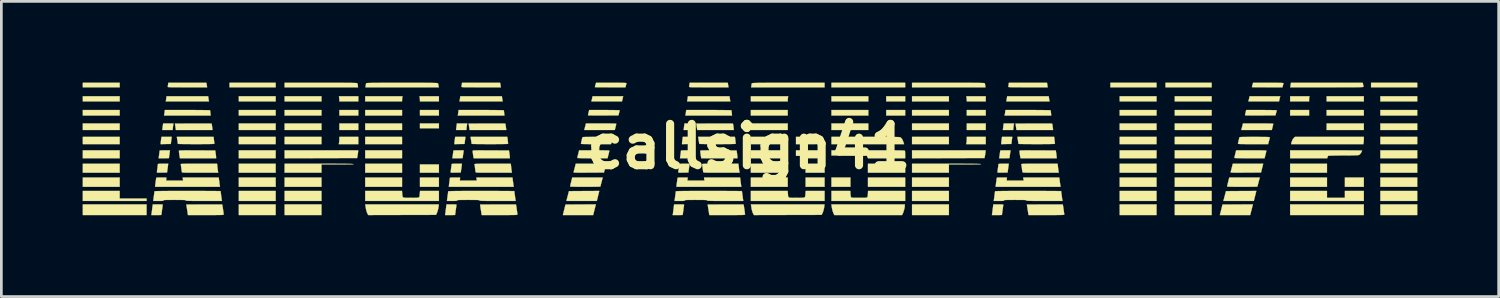
<source format=kicad_pcb>
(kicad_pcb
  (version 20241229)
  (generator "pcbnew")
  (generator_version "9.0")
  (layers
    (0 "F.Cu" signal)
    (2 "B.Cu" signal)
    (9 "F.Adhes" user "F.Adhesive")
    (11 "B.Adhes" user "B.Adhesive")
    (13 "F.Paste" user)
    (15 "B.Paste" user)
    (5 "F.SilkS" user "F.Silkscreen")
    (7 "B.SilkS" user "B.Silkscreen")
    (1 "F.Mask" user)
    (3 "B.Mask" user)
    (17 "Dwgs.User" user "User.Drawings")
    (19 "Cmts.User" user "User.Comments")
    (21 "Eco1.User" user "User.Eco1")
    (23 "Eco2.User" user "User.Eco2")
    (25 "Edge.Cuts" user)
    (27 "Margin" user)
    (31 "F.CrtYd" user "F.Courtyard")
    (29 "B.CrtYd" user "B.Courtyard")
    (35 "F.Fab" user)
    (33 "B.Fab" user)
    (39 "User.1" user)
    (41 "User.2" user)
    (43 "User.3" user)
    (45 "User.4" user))
  (footprint "callsign41"
    (layer "F.Cu")
    (at 24.567 2.354)
    (property "Reference" "callsign41" (at 0 0 0) (layer "F.SilkS") (effects (font (size 1.524 1.524) (thickness 0.3))))
    (attr through_hole)
    (fp_poly (pts (xy -23.203 -2.184) (xy -24.562 -2.184) (xy -24.562 -2.349) (xy -23.203 -2.349) (xy -23.203 -2.184)) (stroke (width 0.01) (type solid)) (fill yes) (layer "F.SilkS"))
    (fp_poly (pts (xy -23.203 -1.664) (xy -24.562 -1.664) (xy -24.562 -1.854) (xy -23.203 -1.854) (xy -23.203 -1.664)) (stroke (width 0.01) (type solid)) (fill yes) (layer "F.SilkS"))
    (fp_poly (pts (xy -23.203 -1.143) (xy -24.562 -1.143) (xy -24.562 -1.346) (xy -23.203 -1.346) (xy -23.203 -1.143)) (stroke (width 0.01) (type solid)) (fill yes) (layer "F.SilkS"))
    (fp_poly (pts (xy -23.203 -0.61) (xy -24.562 -0.61) (xy -24.562 -0.851) (xy -23.203 -0.851) (xy -23.203 -0.61)) (stroke (width 0.01) (type solid)) (fill yes) (layer "F.SilkS"))
    (fp_poly (pts (xy -23.203 -0.089) (xy -24.562 -0.089) (xy -24.562 -0.356) (xy -23.203 -0.356) (xy -23.203 -0.089)) (stroke (width 0.01) (type solid)) (fill yes) (layer "F.SilkS"))
    (fp_poly (pts (xy -23.203 0.432) (xy -24.562 0.432) (xy -24.562 0.14) (xy -23.203 0.14) (xy -23.203 0.432)) (stroke (width 0.01) (type solid)) (fill yes) (layer "F.SilkS"))
    (fp_poly (pts (xy -23.203 0.965) (xy -24.562 0.965) (xy -24.562 0.635) (xy -23.203 0.635) (xy -23.203 0.965)) (stroke (width 0.01) (type solid)) (fill yes) (layer "F.SilkS"))
    (fp_poly (pts (xy -23.203 1.486) (xy -24.562 1.486) (xy -24.562 1.143) (xy -23.203 1.143) (xy -23.203 1.486)) (stroke (width 0.01) (type solid)) (fill yes) (layer "F.SilkS"))
    (fp_poly (pts (xy -22.212 2.527) (xy -24.562 2.527) (xy -24.562 2.134) (xy -22.212 2.134) (xy -22.212 2.527)) (stroke (width 0.01) (type solid)) (fill yes) (layer "F.SilkS"))
    (fp_poly (pts (xy -17.45 -2.184) (xy -19.152 -2.184) (xy -19.152 -2.349) (xy -17.45 -2.349) (xy -17.45 -2.184)) (stroke (width 0.01) (type solid)) (fill yes) (layer "F.SilkS"))
    (fp_poly (pts (xy -17.45 -1.664) (xy -18.809 -1.664) (xy -18.809 -1.854) (xy -17.45 -1.854) (xy -17.45 -1.664)) (stroke (width 0.01) (type solid)) (fill yes) (layer "F.SilkS"))
    (fp_poly (pts (xy -17.45 -1.143) (xy -18.809 -1.143) (xy -18.809 -1.346) (xy -17.45 -1.346) (xy -17.45 -1.143)) (stroke (width 0.01) (type solid)) (fill yes) (layer "F.SilkS"))
    (fp_poly (pts (xy -17.45 -0.61) (xy -18.809 -0.61) (xy -18.809 -0.851) (xy -17.45 -0.851) (xy -17.45 -0.61)) (stroke (width 0.01) (type solid)) (fill yes) (layer "F.SilkS"))
    (fp_poly (pts (xy -17.45 -0.089) (xy -18.809 -0.089) (xy -18.809 -0.356) (xy -17.45 -0.356) (xy -17.45 -0.089)) (stroke (width 0.01) (type solid)) (fill yes) (layer "F.SilkS"))
    (fp_poly (pts (xy -17.45 0.432) (xy -18.809 0.432) (xy -18.809 0.14) (xy -17.45 0.14) (xy -17.45 0.432)) (stroke (width 0.01) (type solid)) (fill yes) (layer "F.SilkS"))
    (fp_poly (pts (xy -17.45 0.965) (xy -18.809 0.965) (xy -18.809 0.635) (xy -17.45 0.635) (xy -17.45 0.965)) (stroke (width 0.01) (type solid)) (fill yes) (layer "F.SilkS"))
    (fp_poly (pts (xy -17.45 1.486) (xy -18.809 1.486) (xy -18.809 1.143) (xy -17.45 1.143) (xy -17.45 1.486)) (stroke (width 0.01) (type solid)) (fill yes) (layer "F.SilkS"))
    (fp_poly (pts (xy -17.45 2.007) (xy -18.809 2.007) (xy -18.809 1.638) (xy -17.45 1.638) (xy -17.45 2.007)) (stroke (width 0.01) (type solid)) (fill yes) (layer "F.SilkS"))
    (fp_poly (pts (xy -17.45 2.527) (xy -18.809 2.527) (xy -18.809 2.134) (xy -17.45 2.134) (xy -17.45 2.527)) (stroke (width 0.01) (type solid)) (fill yes) (layer "F.SilkS"))
    (fp_poly (pts (xy -15.761 -1.664) (xy -17.12 -1.664) (xy -17.12 -1.854) (xy -15.761 -1.854) (xy -15.761 -1.664)) (stroke (width 0.01) (type solid)) (fill yes) (layer "F.SilkS"))
    (fp_poly (pts (xy -15.761 -1.143) (xy -17.12 -1.143) (xy -17.12 -1.346) (xy -15.761 -1.346) (xy -15.761 -1.143)) (stroke (width 0.01) (type solid)) (fill yes) (layer "F.SilkS"))
    (fp_poly (pts (xy -15.761 -0.61) (xy -17.12 -0.61) (xy -17.12 -0.851) (xy -15.761 -0.851) (xy -15.761 -0.61)) (stroke (width 0.01) (type solid)) (fill yes) (layer "F.SilkS"))
    (fp_poly (pts (xy -15.761 -0.089) (xy -17.12 -0.089) (xy -17.12 -0.356) (xy -15.761 -0.356) (xy -15.761 -0.089)) (stroke (width 0.01) (type solid)) (fill yes) (layer "F.SilkS"))
    (fp_poly (pts (xy -15.761 1.486) (xy -17.12 1.486) (xy -17.12 1.143) (xy -15.761 1.143) (xy -15.761 1.486)) (stroke (width 0.01) (type solid)) (fill yes) (layer "F.SilkS"))
    (fp_poly (pts (xy -15.761 2.007) (xy -17.12 2.007) (xy -17.12 1.638) (xy -15.761 1.638) (xy -15.761 2.007)) (stroke (width 0.01) (type solid)) (fill yes) (layer "F.SilkS"))
    (fp_poly (pts (xy -15.761 2.527) (xy -17.12 2.527) (xy -17.12 2.134) (xy -15.761 2.134) (xy -15.761 2.527)) (stroke (width 0.01) (type solid)) (fill yes) (layer "F.SilkS"))
    (fp_poly (pts (xy -14.402 -1.143) (xy -15.1 -1.143) (xy -15.1 -1.346) (xy -14.402 -1.346) (xy -14.402 -1.143)) (stroke (width 0.01) (type solid)) (fill yes) (layer "F.SilkS"))
    (fp_poly (pts (xy -14.402 -0.61) (xy -15.1 -0.61) (xy -15.1 -0.851) (xy -14.402 -0.851) (xy -14.402 -0.61)) (stroke (width 0.01) (type solid)) (fill yes) (layer "F.SilkS"))
    (fp_poly (pts (xy -12.789 -1.143) (xy -14.148 -1.143) (xy -14.148 -1.346) (xy -12.789 -1.346) (xy -12.789 -1.143)) (stroke (width 0.01) (type solid)) (fill yes) (layer "F.SilkS"))
    (fp_poly (pts (xy -12.789 -0.61) (xy -14.148 -0.61) (xy -14.148 -0.851) (xy -12.789 -0.851) (xy -12.789 -0.61)) (stroke (width 0.01) (type solid)) (fill yes) (layer "F.SilkS"))
    (fp_poly (pts (xy -12.789 -0.089) (xy -14.148 -0.089) (xy -14.148 -0.356) (xy -12.789 -0.356) (xy -12.789 -0.089)) (stroke (width 0.01) (type solid)) (fill yes) (layer "F.SilkS"))
    (fp_poly (pts (xy -12.789 0.432) (xy -14.148 0.432) (xy -14.148 0.14) (xy -12.789 0.14) (xy -12.789 0.432)) (stroke (width 0.01) (type solid)) (fill yes) (layer "F.SilkS"))
    (fp_poly (pts (xy -12.789 0.965) (xy -14.148 0.965) (xy -14.148 0.635) (xy -12.789 0.635) (xy -12.789 0.965)) (stroke (width 0.01) (type solid)) (fill yes) (layer "F.SilkS"))
    (fp_poly (pts (xy -12.789 1.486) (xy -14.148 1.486) (xy -14.148 1.143) (xy -12.789 1.143) (xy -12.789 1.486)) (stroke (width 0.01) (type solid)) (fill yes) (layer "F.SilkS"))
    (fp_poly (pts (xy -11.43 -1.143) (xy -12.129 -1.143) (xy -12.129 -1.346) (xy -11.43 -1.346) (xy -11.43 -1.143)) (stroke (width 0.01) (type solid)) (fill yes) (layer "F.SilkS"))
    (fp_poly (pts (xy -11.43 -0.673) (xy -12.129 -0.673) (xy -12.129 -0.851) (xy -11.43 -0.851) (xy -11.43 -0.673)) (stroke (width 0.01) (type solid)) (fill yes) (layer "F.SilkS"))
    (fp_poly (pts (xy -11.43 0.965) (xy -12.129 0.965) (xy -12.129 0.66) (xy -11.43 0.66) (xy -11.43 0.965)) (stroke (width 0.01) (type solid)) (fill yes) (layer "F.SilkS"))
    (fp_poly (pts (xy -11.43 1.486) (xy -12.129 1.486) (xy -12.129 1.143) (xy -11.43 1.143) (xy -11.43 1.486)) (stroke (width 0.01) (type solid)) (fill yes) (layer "F.SilkS"))
    (fp_poly (pts (xy 1.435 -1.143) (xy 0.076 -1.143) (xy 0.076 -1.346) (xy 1.435 -1.346) (xy 1.435 -1.143)) (stroke (width 0.01) (type solid)) (fill yes) (layer "F.SilkS"))
    (fp_poly (pts (xy 1.435 -0.61) (xy 0.076 -0.61) (xy 0.076 -0.851) (xy 1.435 -0.851) (xy 1.435 -0.61)) (stroke (width 0.01) (type solid)) (fill yes) (layer "F.SilkS"))
    (fp_poly (pts (xy 1.435 -0.089) (xy 0.076 -0.089) (xy 0.076 -0.356) (xy 1.435 -0.356) (xy 1.435 -0.089)) (stroke (width 0.01) (type solid)) (fill yes) (layer "F.SilkS"))
    (fp_poly (pts (xy 1.435 0.432) (xy 0.076 0.432) (xy 0.076 0.14) (xy 1.435 0.14) (xy 1.435 0.432)) (stroke (width 0.01) (type solid)) (fill yes) (layer "F.SilkS"))
    (fp_poly (pts (xy 1.435 0.965) (xy 0.076 0.965) (xy 0.076 0.635) (xy 1.435 0.635) (xy 1.435 0.965)) (stroke (width 0.01) (type solid)) (fill yes) (layer "F.SilkS"))
    (fp_poly (pts (xy 1.435 1.486) (xy 0.076 1.486) (xy 0.076 1.143) (xy 1.435 1.143) (xy 1.435 1.486)) (stroke (width 0.01) (type solid)) (fill yes) (layer "F.SilkS"))
    (fp_poly (pts (xy 2.794 0.965) (xy 2.095 0.965) (xy 2.095 0.635) (xy 2.794 0.635) (xy 2.794 0.965)) (stroke (width 0.01) (type solid)) (fill yes) (layer "F.SilkS"))
    (fp_poly (pts (xy 2.794 1.486) (xy 2.095 1.486) (xy 2.095 1.143) (xy 2.794 1.143) (xy 2.794 1.486)) (stroke (width 0.01) (type solid)) (fill yes) (layer "F.SilkS"))
    (fp_poly (pts (xy 3.747 1.486) (xy 3.048 1.486) (xy 3.048 1.143) (xy 3.747 1.143) (xy 3.747 1.486)) (stroke (width 0.01) (type solid)) (fill yes) (layer "F.SilkS"))
    (fp_poly (pts (xy 4.407 -1.664) (xy 3.048 -1.664) (xy 3.048 -1.854) (xy 4.407 -1.854) (xy 4.407 -1.664)) (stroke (width 0.01) (type solid)) (fill yes) (layer "F.SilkS"))
    (fp_poly (pts (xy 4.407 -1.143) (xy 3.048 -1.143) (xy 3.048 -1.346) (xy 4.407 -1.346) (xy 4.407 -1.143)) (stroke (width 0.01) (type solid)) (fill yes) (layer "F.SilkS"))
    (fp_poly (pts (xy 4.407 -0.61) (xy 3.048 -0.61) (xy 3.048 -0.851) (xy 4.407 -0.851) (xy 4.407 -0.61)) (stroke (width 0.01) (type solid)) (fill yes) (layer "F.SilkS"))
    (fp_poly (pts (xy 5.766 -2.184) (xy 3.048 -2.184) (xy 3.048 -2.349) (xy 5.766 -2.349) (xy 5.766 -2.184)) (stroke (width 0.01) (type solid)) (fill yes) (layer "F.SilkS"))
    (fp_poly (pts (xy 5.766 -1.664) (xy 5.067 -1.664) (xy 5.067 -1.854) (xy 5.766 -1.854) (xy 5.766 -1.664)) (stroke (width 0.01) (type solid)) (fill yes) (layer "F.SilkS"))
    (fp_poly (pts (xy 5.766 -1.143) (xy 5.067 -1.143) (xy 5.067 -1.346) (xy 5.766 -1.346) (xy 5.766 -1.143)) (stroke (width 0.01) (type solid)) (fill yes) (layer "F.SilkS"))
    (fp_poly (pts (xy 5.766 0.965) (xy 4.394 0.965) (xy 4.394 0.635) (xy 5.766 0.635) (xy 5.766 0.965)) (stroke (width 0.01) (type solid)) (fill yes) (layer "F.SilkS"))
    (fp_poly (pts (xy 5.766 1.486) (xy 4.394 1.486) (xy 4.394 1.143) (xy 5.766 1.143) (xy 5.766 1.486)) (stroke (width 0.01) (type solid)) (fill yes) (layer "F.SilkS"))
    (fp_poly (pts (xy 7.379 -1.664) (xy 6.02 -1.664) (xy 6.02 -1.854) (xy 7.379 -1.854) (xy 7.379 -1.664)) (stroke (width 0.01) (type solid)) (fill yes) (layer "F.SilkS"))
    (fp_poly (pts (xy 7.379 -1.143) (xy 6.02 -1.143) (xy 6.02 -1.346) (xy 7.379 -1.346) (xy 7.379 -1.143)) (stroke (width 0.01) (type solid)) (fill yes) (layer "F.SilkS"))
    (fp_poly (pts (xy 7.379 -0.61) (xy 6.02 -0.61) (xy 6.02 -0.851) (xy 7.379 -0.851) (xy 7.379 -0.61)) (stroke (width 0.01) (type solid)) (fill yes) (layer "F.SilkS"))
    (fp_poly (pts (xy 7.379 -0.089) (xy 6.02 -0.089) (xy 6.02 -0.356) (xy 7.379 -0.356) (xy 7.379 -0.089)) (stroke (width 0.01) (type solid)) (fill yes) (layer "F.SilkS"))
    (fp_poly (pts (xy 7.379 1.486) (xy 6.02 1.486) (xy 6.02 1.143) (xy 7.379 1.143) (xy 7.379 1.486)) (stroke (width 0.01) (type solid)) (fill yes) (layer "F.SilkS"))
    (fp_poly (pts (xy 7.379 2.007) (xy 6.02 2.007) (xy 6.02 1.638) (xy 7.379 1.638) (xy 7.379 2.007)) (stroke (width 0.01) (type solid)) (fill yes) (layer "F.SilkS"))
    (fp_poly (pts (xy 7.379 2.527) (xy 6.02 2.527) (xy 6.02 2.134) (xy 7.379 2.134) (xy 7.379 2.527)) (stroke (width 0.01) (type solid)) (fill yes) (layer "F.SilkS"))
    (fp_poly (pts (xy 8.738 -1.143) (xy 8.039 -1.143) (xy 8.039 -1.346) (xy 8.738 -1.346) (xy 8.738 -1.143)) (stroke (width 0.01) (type solid)) (fill yes) (layer "F.SilkS"))
    (fp_poly (pts (xy 8.738 -0.61) (xy 8.039 -0.61) (xy 8.039 -0.851) (xy 8.738 -0.851) (xy 8.738 -0.61)) (stroke (width 0.01) (type solid)) (fill yes) (layer "F.SilkS"))
    (fp_poly (pts (xy 15.037 -2.184) (xy 13.335 -2.184) (xy 13.335 -2.349) (xy 15.037 -2.349) (xy 15.037 -2.184)) (stroke (width 0.01) (type solid)) (fill yes) (layer "F.SilkS"))
    (fp_poly (pts (xy 15.037 -1.664) (xy 13.678 -1.664) (xy 13.678 -1.854) (xy 15.037 -1.854) (xy 15.037 -1.664)) (stroke (width 0.01) (type solid)) (fill yes) (layer "F.SilkS"))
    (fp_poly (pts (xy 15.037 -1.143) (xy 13.678 -1.143) (xy 13.678 -1.346) (xy 15.037 -1.346) (xy 15.037 -1.143)) (stroke (width 0.01) (type solid)) (fill yes) (layer "F.SilkS"))
    (fp_poly (pts (xy 15.037 -0.61) (xy 13.678 -0.61) (xy 13.678 -0.851) (xy 15.037 -0.851) (xy 15.037 -0.61)) (stroke (width 0.01) (type solid)) (fill yes) (layer "F.SilkS"))
    (fp_poly (pts (xy 15.037 -0.089) (xy 13.678 -0.089) (xy 13.678 -0.356) (xy 15.037 -0.356) (xy 15.037 -0.089)) (stroke (width 0.01) (type solid)) (fill yes) (layer "F.SilkS"))
    (fp_poly (pts (xy 15.037 0.432) (xy 13.678 0.432) (xy 13.678 0.14) (xy 15.037 0.14) (xy 15.037 0.432)) (stroke (width 0.01) (type solid)) (fill yes) (layer "F.SilkS"))
    (fp_poly (pts (xy 15.037 0.965) (xy 13.678 0.965) (xy 13.678 0.635) (xy 15.037 0.635) (xy 15.037 0.965)) (stroke (width 0.01) (type solid)) (fill yes) (layer "F.SilkS"))
    (fp_poly (pts (xy 15.037 1.486) (xy 13.678 1.486) (xy 13.678 1.143) (xy 15.037 1.143) (xy 15.037 1.486)) (stroke (width 0.01) (type solid)) (fill yes) (layer "F.SilkS"))
    (fp_poly (pts (xy 15.037 2.007) (xy 13.678 2.007) (xy 13.678 1.638) (xy 15.037 1.638) (xy 15.037 2.007)) (stroke (width 0.01) (type solid)) (fill yes) (layer "F.SilkS"))
    (fp_poly (pts (xy 15.037 2.527) (xy 13.678 2.527) (xy 13.678 2.134) (xy 15.037 2.134) (xy 15.037 2.527)) (stroke (width 0.01) (type solid)) (fill yes) (layer "F.SilkS"))
    (fp_poly (pts (xy 17.069 -2.184) (xy 15.367 -2.184) (xy 15.367 -2.349) (xy 17.069 -2.349) (xy 17.069 -2.184)) (stroke (width 0.01) (type solid)) (fill yes) (layer "F.SilkS"))
    (fp_poly (pts (xy 17.069 -1.664) (xy 15.71 -1.664) (xy 15.71 -1.854) (xy 17.069 -1.854) (xy 17.069 -1.664)) (stroke (width 0.01) (type solid)) (fill yes) (layer "F.SilkS"))
    (fp_poly (pts (xy 17.069 -1.143) (xy 15.71 -1.143) (xy 15.71 -1.346) (xy 17.069 -1.346) (xy 17.069 -1.143)) (stroke (width 0.01) (type solid)) (fill yes) (layer "F.SilkS"))
    (fp_poly (pts (xy 17.069 -0.61) (xy 15.71 -0.61) (xy 15.71 -0.851) (xy 17.069 -0.851) (xy 17.069 -0.61)) (stroke (width 0.01) (type solid)) (fill yes) (layer "F.SilkS"))
    (fp_poly (pts (xy 17.069 -0.089) (xy 15.71 -0.089) (xy 15.71 -0.356) (xy 17.069 -0.356) (xy 17.069 -0.089)) (stroke (width 0.01) (type solid)) (fill yes) (layer "F.SilkS"))
    (fp_poly (pts (xy 17.069 0.432) (xy 15.71 0.432) (xy 15.71 0.14) (xy 17.069 0.14) (xy 17.069 0.432)) (stroke (width 0.01) (type solid)) (fill yes) (layer "F.SilkS"))
    (fp_poly (pts (xy 17.069 0.965) (xy 15.71 0.965) (xy 15.71 0.635) (xy 17.069 0.635) (xy 17.069 0.965)) (stroke (width 0.01) (type solid)) (fill yes) (layer "F.SilkS"))
    (fp_poly (pts (xy 17.069 1.486) (xy 15.71 1.486) (xy 15.71 1.143) (xy 17.069 1.143) (xy 17.069 1.486)) (stroke (width 0.01) (type solid)) (fill yes) (layer "F.SilkS"))
    (fp_poly (pts (xy 17.069 2.007) (xy 15.71 2.007) (xy 15.71 1.638) (xy 17.069 1.638) (xy 17.069 2.007)) (stroke (width 0.01) (type solid)) (fill yes) (layer "F.SilkS"))
    (fp_poly (pts (xy 17.069 2.527) (xy 15.71 2.527) (xy 15.71 2.134) (xy 17.069 2.134) (xy 17.069 2.527)) (stroke (width 0.01) (type solid)) (fill yes) (layer "F.SilkS"))
    (fp_poly (pts (xy 20.663 -1.143) (xy 19.964 -1.143) (xy 19.964 -1.346) (xy 20.663 -1.346) (xy 20.663 -1.143)) (stroke (width 0.01) (type solid)) (fill yes) (layer "F.SilkS"))
    (fp_poly (pts (xy 21.323 0.965) (xy 19.964 0.965) (xy 19.964 0.635) (xy 21.323 0.635) (xy 21.323 0.965)) (stroke (width 0.01) (type solid)) (fill yes) (layer "F.SilkS"))
    (fp_poly (pts (xy 21.323 1.486) (xy 19.964 1.486) (xy 19.964 1.143) (xy 21.323 1.143) (xy 21.323 1.486)) (stroke (width 0.01) (type solid)) (fill yes) (layer "F.SilkS"))
    (fp_poly (pts (xy 22.682 -1.664) (xy 21.311 -1.664) (xy 21.311 -1.854) (xy 22.682 -1.854) (xy 22.682 -1.664)) (stroke (width 0.01) (type solid)) (fill yes) (layer "F.SilkS"))
    (fp_poly (pts (xy 22.682 -1.143) (xy 21.311 -1.143) (xy 21.311 -1.346) (xy 22.682 -1.346) (xy 22.682 -1.143)) (stroke (width 0.01) (type solid)) (fill yes) (layer "F.SilkS"))
    (fp_poly (pts (xy 22.682 -0.61) (xy 21.311 -0.61) (xy 21.311 -0.851) (xy 22.682 -0.851) (xy 22.682 -0.61)) (stroke (width 0.01) (type solid)) (fill yes) (layer "F.SilkS"))
    (fp_poly (pts (xy 22.682 1.486) (xy 21.984 1.486) (xy 21.984 1.143) (xy 22.682 1.143) (xy 22.682 1.486)) (stroke (width 0.01) (type solid)) (fill yes) (layer "F.SilkS"))
    (fp_poly (pts (xy 22.682 2.527) (xy 19.964 2.527) (xy 19.964 2.134) (xy 22.682 2.134) (xy 22.682 2.527)) (stroke (width 0.01) (type solid)) (fill yes) (layer "F.SilkS"))
    (fp_poly (pts (xy 24.651 -2.184) (xy 22.949 -2.184) (xy 22.949 -2.349) (xy 24.651 -2.349) (xy 24.651 -2.184)) (stroke (width 0.01) (type solid)) (fill yes) (layer "F.SilkS"))
    (fp_poly (pts (xy 24.651 -1.664) (xy 23.292 -1.664) (xy 23.292 -1.854) (xy 24.651 -1.854) (xy 24.651 -1.664)) (stroke (width 0.01) (type solid)) (fill yes) (layer "F.SilkS"))
    (fp_poly (pts (xy 24.651 -1.143) (xy 23.292 -1.143) (xy 23.292 -1.346) (xy 24.651 -1.346) (xy 24.651 -1.143)) (stroke (width 0.01) (type solid)) (fill yes) (layer "F.SilkS"))
    (fp_poly (pts (xy 24.651 -0.61) (xy 23.292 -0.61) (xy 23.292 -0.851) (xy 24.651 -0.851) (xy 24.651 -0.61)) (stroke (width 0.01) (type solid)) (fill yes) (layer "F.SilkS"))
    (fp_poly (pts (xy 24.651 -0.089) (xy 23.292 -0.089) (xy 23.292 -0.356) (xy 24.651 -0.356) (xy 24.651 -0.089)) (stroke (width 0.01) (type solid)) (fill yes) (layer "F.SilkS"))
    (fp_poly (pts (xy 24.651 0.432) (xy 23.292 0.432) (xy 23.292 0.14) (xy 24.651 0.14) (xy 24.651 0.432)) (stroke (width 0.01) (type solid)) (fill yes) (layer "F.SilkS"))
    (fp_poly (pts (xy 24.651 0.965) (xy 23.292 0.965) (xy 23.292 0.635) (xy 24.651 0.635) (xy 24.651 0.965)) (stroke (width 0.01) (type solid)) (fill yes) (layer "F.SilkS"))
    (fp_poly (pts (xy 24.651 1.486) (xy 23.292 1.486) (xy 23.292 1.143) (xy 24.651 1.143) (xy 24.651 1.486)) (stroke (width 0.01) (type solid)) (fill yes) (layer "F.SilkS"))
    (fp_poly (pts (xy 24.651 2.007) (xy 23.292 2.007) (xy 23.292 1.638) (xy 24.651 1.638) (xy 24.651 2.007)) (stroke (width 0.01) (type solid)) (fill yes) (layer "F.SilkS"))
    (fp_poly (pts (xy 24.651 2.527) (xy 23.292 2.527) (xy 23.292 2.134) (xy 24.651 2.134) (xy 24.651 2.527)) (stroke (width 0.01) (type solid)) (fill yes) (layer "F.SilkS"))
    (fp_poly (pts (xy -5.606 2.007) (xy -6.728 2.007) (xy -6.633 1.645) (xy -6.074 1.641) (xy -5.515 1.638) (xy -5.606 2.007)) (stroke (width 0.01) (type solid)) (fill yes) (layer "F.SilkS"))
    (fp_poly (pts (xy 18.625 2.007) (xy 17.503 2.007) (xy 17.598 1.645) (xy 18.157 1.641) (xy 18.717 1.638) (xy 18.625 2.007)) (stroke (width 0.01) (type solid)) (fill yes) (layer "F.SilkS"))
    (fp_poly (pts (xy -23.203 1.918) (xy -22.212 1.918) (xy -22.212 2.007) (xy -24.562 2.007) (xy -24.562 1.638) (xy -23.203 1.638) (xy -23.203 1.918)) (stroke (width 0.01) (type solid)) (fill yes) (layer "F.SilkS"))
    (fp_poly (pts (xy 2.794 0.432) (xy 2.089 0.431) (xy 2.051 0.349) (xy 1.74 0.342) (xy 1.74 0.14) (xy 2.794 0.14) (xy 2.794 0.432)) (stroke (width 0.01) (type solid)) (fill yes) (layer "F.SilkS"))
    (fp_poly (pts (xy -14.411 0.206) (xy -14.418 0.258) (xy -14.427 0.318) (xy -14.432 0.349) (xy -14.447 0.425) (xy -17.12 0.432) (xy -17.12 0.14) (xy -14.406 0.14) (xy -14.411 0.206)) (stroke (width 0.01) (type solid)) (fill yes) (layer "F.SilkS"))
    (fp_poly (pts (xy -14.402 -1.664) (xy -15.1 -1.664) (xy -15.1 -1.7) (xy -15.102 -1.736) (xy -15.107 -1.781) (xy -15.108 -1.795) (xy -15.116 -1.854) (xy -14.402 -1.854) (xy -14.402 -1.664)) (stroke (width 0.01) (type solid)) (fill yes) (layer "F.SilkS"))
    (fp_poly (pts (xy -14.402 -0.089) (xy -15.123 -0.089) (xy -15.112 -0.137) (xy -15.106 -0.175) (xy -15.102 -0.226) (xy -15.101 -0.27) (xy -15.1 -0.356) (xy -14.402 -0.356) (xy -14.402 -0.089)) (stroke (width 0.01) (type solid)) (fill yes) (layer "F.SilkS"))
    (fp_poly (pts (xy -12.781 -1.795) (xy -12.786 -1.751) (xy -12.789 -1.71) (xy -12.789 -1.7) (xy -12.789 -1.664) (xy -14.148 -1.664) (xy -14.148 -1.854) (xy -12.773 -1.854) (xy -12.781 -1.795)) (stroke (width 0.01) (type solid)) (fill yes) (layer "F.SilkS"))
    (fp_poly (pts (xy -11.43 -1.664) (xy -12.129 -1.664) (xy -12.129 -1.7) (xy -12.13 -1.736) (xy -12.135 -1.781) (xy -12.137 -1.795) (xy -12.145 -1.854) (xy -11.43 -1.854) (xy -11.43 -1.664)) (stroke (width 0.01) (type solid)) (fill yes) (layer "F.SilkS"))
    (fp_poly (pts (xy 1.443 -1.795) (xy 1.438 -1.751) (xy 1.435 -1.71) (xy 1.435 -1.7) (xy 1.435 -1.664) (xy 0.076 -1.664) (xy 0.076 -1.854) (xy 1.451 -1.854) (xy 1.443 -1.795)) (stroke (width 0.01) (type solid)) (fill yes) (layer "F.SilkS"))
    (fp_poly (pts (xy 8.728 0.206) (xy 8.722 0.258) (xy 8.713 0.318) (xy 8.707 0.349) (xy 8.692 0.425) (xy 6.02 0.432) (xy 6.02 0.14) (xy 8.734 0.14) (xy 8.728 0.206)) (stroke (width 0.01) (type solid)) (fill yes) (layer "F.SilkS"))
    (fp_poly (pts (xy 8.738 -1.664) (xy 8.039 -1.664) (xy 8.039 -1.7) (xy 8.037 -1.736) (xy 8.033 -1.781) (xy 8.031 -1.795) (xy 8.023 -1.854) (xy 8.738 -1.854) (xy 8.738 -1.664)) (stroke (width 0.01) (type solid)) (fill yes) (layer "F.SilkS"))
    (fp_poly (pts (xy 8.738 -0.089) (xy 8.016 -0.089) (xy 8.027 -0.137) (xy 8.033 -0.175) (xy 8.037 -0.226) (xy 8.039 -0.27) (xy 8.039 -0.356) (xy 8.738 -0.356) (xy 8.738 -0.089)) (stroke (width 0.01) (type solid)) (fill yes) (layer "F.SilkS"))
    (fp_poly (pts (xy 20.671 -1.826) (xy 20.666 -1.796) (xy 20.664 -1.754) (xy 20.663 -1.73) (xy 20.663 -1.664) (xy 19.964 -1.664) (xy 19.964 -1.854) (xy 20.679 -1.854) (xy 20.671 -1.826)) (stroke (width 0.01) (type solid)) (fill yes) (layer "F.SilkS"))
    (fp_poly (pts (xy 21.323 1.892) (xy 21.984 1.892) (xy 21.984 1.638) (xy 22.682 1.638) (xy 22.682 2.007) (xy 19.964 2.007) (xy 19.964 1.638) (xy 21.323 1.638) (xy 21.323 1.892)) (stroke (width 0.01) (type solid)) (fill yes) (layer "F.SilkS"))
    (fp_poly (pts (xy -21.226 -0.81) (xy -21.231 -0.774) (xy -21.238 -0.726) (xy -21.242 -0.689) (xy -21.25 -0.61) (xy -21.631 -0.61) (xy -21.623 -0.676) (xy -21.617 -0.728) (xy -21.61 -0.779) (xy -21.607 -0.797) (xy -21.6 -0.851) (xy -21.219 -0.851) (xy -21.226 -0.81)) (stroke (width 0.01) (type solid)) (fill yes) (layer "F.SilkS"))
    (fp_poly (pts (xy -19.933 -1.8) (xy -19.926 -1.755) (xy -19.919 -1.711) (xy -19.918 -1.705) (xy -19.911 -1.664) (xy -21.503 -1.664) (xy -21.497 -1.699) (xy -21.491 -1.733) (xy -21.484 -1.778) (xy -21.482 -1.794) (xy -21.474 -1.854) (xy -19.941 -1.854) (xy -19.933 -1.8)) (stroke (width 0.01) (type solid)) (fill yes) (layer "F.SilkS"))
    (fp_poly (pts (xy -10.393 -0.81) (xy -10.398 -0.774) (xy -10.405 -0.726) (xy -10.409 -0.689) (xy -10.417 -0.61) (xy -10.798 -0.61) (xy -10.79 -0.676) (xy -10.783 -0.728) (xy -10.777 -0.779) (xy -10.774 -0.797) (xy -10.767 -0.851) (xy -10.386 -0.851) (xy -10.393 -0.81)) (stroke (width 0.01) (type solid)) (fill yes) (layer "F.SilkS"))
    (fp_poly (pts (xy -9.1 -1.8) (xy -9.093 -1.755) (xy -9.086 -1.711) (xy -9.085 -1.705) (xy -9.078 -1.664) (xy -10.67 -1.664) (xy -10.663 -1.699) (xy -10.658 -1.733) (xy -10.651 -1.778) (xy -10.649 -1.794) (xy -10.641 -1.854) (xy -9.108 -1.854) (xy -9.1 -1.8)) (stroke (width 0.01) (type solid)) (fill yes) (layer "F.SilkS"))
    (fp_poly (pts (xy -4.64 -1.826) (xy -4.647 -1.797) (xy -4.657 -1.755) (xy -4.663 -1.73) (xy -4.678 -1.664) (xy -5.807 -1.664) (xy -5.799 -1.692) (xy -5.792 -1.721) (xy -5.782 -1.763) (xy -5.777 -1.788) (xy -5.762 -1.854) (xy -4.633 -1.854) (xy -4.64 -1.826)) (stroke (width 0.01) (type solid)) (fill yes) (layer "F.SilkS"))
    (fp_poly (pts (xy -1.998 -0.81) (xy -2.004 -0.774) (xy -2.01 -0.726) (xy -2.014 -0.689) (xy -2.023 -0.61) (xy -2.404 -0.61) (xy -2.395 -0.676) (xy -2.389 -0.728) (xy -2.382 -0.779) (xy -2.38 -0.797) (xy -2.372 -0.851) (xy -1.991 -0.851) (xy -1.998 -0.81)) (stroke (width 0.01) (type solid)) (fill yes) (layer "F.SilkS"))
    (fp_poly (pts (xy -0.705 -1.8) (xy -0.698 -1.755) (xy -0.691 -1.711) (xy -0.69 -1.705) (xy -0.683 -1.664) (xy -2.275 -1.664) (xy -2.269 -1.699) (xy -2.263 -1.733) (xy -2.256 -1.778) (xy -2.254 -1.794) (xy -2.246 -1.854) (xy -0.713 -1.854) (xy -0.705 -1.8)) (stroke (width 0.01) (type solid)) (fill yes) (layer "F.SilkS"))
    (fp_poly (pts (xy 9.775 -0.81) (xy 9.769 -0.774) (xy 9.763 -0.726) (xy 9.759 -0.689) (xy 9.75 -0.61) (xy 9.369 -0.61) (xy 9.378 -0.676) (xy 9.384 -0.728) (xy 9.391 -0.779) (xy 9.393 -0.797) (xy 9.401 -0.851) (xy 9.782 -0.851) (xy 9.775 -0.81)) (stroke (width 0.01) (type solid)) (fill yes) (layer "F.SilkS"))
    (fp_poly (pts (xy 11.068 -1.8) (xy 11.075 -1.755) (xy 11.082 -1.711) (xy 11.083 -1.705) (xy 11.09 -1.664) (xy 9.498 -1.664) (xy 9.504 -1.699) (xy 9.51 -1.733) (xy 9.516 -1.778) (xy 9.519 -1.794) (xy 9.527 -1.854) (xy 11.059 -1.854) (xy 11.068 -1.8)) (stroke (width 0.01) (type solid)) (fill yes) (layer "F.SilkS"))
    (fp_poly (pts (xy 19.592 -1.826) (xy 19.584 -1.797) (xy 19.575 -1.755) (xy 19.569 -1.73) (xy 19.554 -1.664) (xy 18.425 -1.664) (xy 18.432 -1.692) (xy 18.439 -1.721) (xy 18.449 -1.763) (xy 18.455 -1.788) (xy 18.47 -1.854) (xy 19.599 -1.854) (xy 19.592 -1.826)) (stroke (width 0.01) (type solid)) (fill yes) (layer "F.SilkS"))
    (fp_poly (pts (xy 22.682 -0.281) (xy 22.681 -0.227) (xy 22.677 -0.172) (xy 22.674 -0.148) (xy 22.666 -0.089) (xy 20 -0.089) (xy 20.009 -0.13) (xy 20.028 -0.194) (xy 20.055 -0.254) (xy 20.087 -0.303) (xy 20.107 -0.324) (xy 20.144 -0.356) (xy 22.682 -0.356) (xy 22.682 -0.281)) (stroke (width 0.01) (type solid)) (fill yes) (layer "F.SilkS"))
    (fp_poly (pts (xy -21.292 -0.295) (xy -21.299 -0.245) (xy -21.306 -0.188) (xy -21.309 -0.165) (xy -21.317 -0.095) (xy -21.504 -0.092) (xy -21.692 -0.088) (xy -21.692 -0.117) (xy -21.69 -0.143) (xy -21.685 -0.186) (xy -21.679 -0.237) (xy -21.677 -0.251) (xy -21.662 -0.356) (xy -21.284 -0.356) (xy -21.292 -0.295)) (stroke (width 0.01) (type solid)) (fill yes) (layer "F.SilkS"))
    (fp_poly (pts (xy -10.459 -0.295) (xy -10.466 -0.245) (xy -10.473 -0.188) (xy -10.475 -0.165) (xy -10.484 -0.095) (xy -10.671 -0.092) (xy -10.858 -0.088) (xy -10.859 -0.117) (xy -10.857 -0.143) (xy -10.852 -0.186) (xy -10.846 -0.237) (xy -10.844 -0.251) (xy -10.829 -0.356) (xy -10.451 -0.356) (xy -10.459 -0.295)) (stroke (width 0.01) (type solid)) (fill yes) (layer "F.SilkS"))
    (fp_poly (pts (xy -2.064 -0.295) (xy -2.071 -0.245) (xy -2.078 -0.188) (xy -2.081 -0.165) (xy -2.089 -0.095) (xy -2.276 -0.092) (xy -2.464 -0.088) (xy -2.464 -0.117) (xy -2.462 -0.143) (xy -2.458 -0.186) (xy -2.451 -0.237) (xy -2.449 -0.251) (xy -2.435 -0.356) (xy -2.057 -0.356) (xy -2.064 -0.295)) (stroke (width 0.01) (type solid)) (fill yes) (layer "F.SilkS"))
    (fp_poly (pts (xy 9.708 -0.295) (xy 9.702 -0.245) (xy 9.695 -0.188) (xy 9.692 -0.165) (xy 9.684 -0.095) (xy 9.496 -0.092) (xy 9.309 -0.088) (xy 9.309 -0.117) (xy 9.311 -0.143) (xy 9.315 -0.186) (xy 9.322 -0.237) (xy 9.324 -0.251) (xy 9.338 -0.356) (xy 9.716 -0.356) (xy 9.708 -0.295)) (stroke (width 0.01) (type solid)) (fill yes) (layer "F.SilkS"))
    (fp_poly (pts (xy -5.679 2.283) (xy -5.695 2.346) (xy -5.71 2.405) (xy -5.722 2.452) (xy -5.729 2.48) (xy -5.741 2.527) (xy -6.858 2.527) (xy -6.85 2.492) (xy -6.843 2.467) (xy -6.832 2.423) (xy -6.818 2.366) (xy -6.802 2.303) (xy -6.801 2.299) (xy -6.761 2.14) (xy -6.201 2.137) (xy -5.642 2.133) (xy -5.679 2.283)) (stroke (width 0.01) (type solid)) (fill yes) (layer "F.SilkS"))
    (fp_poly (pts (xy 5.753 2.182) (xy 5.749 2.23) (xy 5.736 2.293) (xy 5.719 2.36) (xy 5.699 2.423) (xy 5.679 2.473) (xy 5.677 2.475) (xy 5.651 2.527) (xy 3.154 2.527) (xy 3.127 2.473) (xy 3.101 2.408) (xy 3.078 2.327) (xy 3.06 2.239) (xy 3.054 2.2) (xy 3.046 2.134) (xy 5.753 2.134) (xy 5.753 2.182)) (stroke (width 0.01) (type solid)) (fill yes) (layer "F.SilkS"))
    (fp_poly (pts (xy 18.553 2.283) (xy 18.537 2.346) (xy 18.522 2.405) (xy 18.51 2.452) (xy 18.503 2.48) (xy 18.49 2.527) (xy 17.373 2.527) (xy 17.382 2.492) (xy 17.388 2.467) (xy 17.399 2.423) (xy 17.414 2.366) (xy 17.43 2.303) (xy 17.431 2.299) (xy 17.47 2.14) (xy 18.03 2.137) (xy 18.59 2.133) (xy 18.553 2.283)) (stroke (width 0.01) (type solid)) (fill yes) (layer "F.SilkS"))
    (fp_poly (pts (xy -20.134 -0.849) (xy -20.036 -0.848) (xy -19.953 -0.848) (xy -19.887 -0.847) (xy -19.841 -0.846) (xy -19.817 -0.845) (xy -19.814 -0.844) (xy -19.809 -0.83) (xy -19.803 -0.796) (xy -19.796 -0.748) (xy -19.793 -0.724) (xy -19.779 -0.61) (xy -21.13 -0.61) (xy -21.148 -0.727) (xy -21.165 -0.845) (xy -20.493 -0.848) (xy -20.365 -0.848) (xy -20.244 -0.849) (xy -20.134 -0.849)) (stroke (width 0.01) (type solid)) (fill yes) (layer "F.SilkS"))
    (fp_poly (pts (xy -9.301 -0.849) (xy -9.203 -0.848) (xy -9.12 -0.848) (xy -9.054 -0.847) (xy -9.008 -0.846) (xy -8.984 -0.845) (xy -8.981 -0.844) (xy -8.976 -0.83) (xy -8.97 -0.796) (xy -8.963 -0.748) (xy -8.96 -0.724) (xy -8.946 -0.61) (xy -10.297 -0.61) (xy -10.315 -0.727) (xy -10.332 -0.845) (xy -9.66 -0.848) (xy -9.532 -0.848) (xy -9.411 -0.849) (xy -9.301 -0.849)) (stroke (width 0.01) (type solid)) (fill yes) (layer "F.SilkS"))
    (fp_poly (pts (xy -0.906 -0.849) (xy -0.808 -0.848) (xy -0.725 -0.848) (xy -0.659 -0.847) (xy -0.613 -0.846) (xy -0.589 -0.845) (xy -0.586 -0.844) (xy -0.582 -0.83) (xy -0.575 -0.796) (xy -0.568 -0.748) (xy -0.565 -0.724) (xy -0.551 -0.61) (xy -1.902 -0.61) (xy -1.92 -0.727) (xy -1.937 -0.845) (xy -1.265 -0.848) (xy -1.137 -0.848) (xy -1.016 -0.849) (xy -0.906 -0.849)) (stroke (width 0.01) (type solid)) (fill yes) (layer "F.SilkS"))
    (fp_poly (pts (xy 2.652 -0.318) (xy 2.669 -0.294) (xy 2.692 -0.254) (xy 2.715 -0.207) (xy 2.736 -0.159) (xy 2.751 -0.119) (xy 2.756 -0.095) (xy 2.744 -0.093) (xy 2.709 -0.092) (xy 2.654 -0.091) (xy 2.581 -0.09) (xy 2.494 -0.09) (xy 2.395 -0.089) (xy 2.287 -0.089) (xy 2.248 -0.089) (xy 1.74 -0.089) (xy 1.74 -0.356) (xy 2.614 -0.356) (xy 2.652 -0.318)) (stroke (width 0.01) (type solid)) (fill yes) (layer "F.SilkS"))
    (fp_poly (pts (xy 10.867 -0.849) (xy 10.965 -0.848) (xy 11.048 -0.848) (xy 11.113 -0.847) (xy 11.16 -0.846) (xy 11.184 -0.845) (xy 11.187 -0.844) (xy 11.191 -0.83) (xy 11.198 -0.796) (xy 11.205 -0.748) (xy 11.208 -0.724) (xy 11.222 -0.61) (xy 9.871 -0.61) (xy 9.853 -0.727) (xy 9.835 -0.845) (xy 10.508 -0.848) (xy 10.636 -0.848) (xy 10.756 -0.849) (xy 10.867 -0.849)) (stroke (width 0.01) (type solid)) (fill yes) (layer "F.SilkS"))
    (fp_poly (pts (xy -11.439 2.194) (xy -11.451 2.276) (xy -11.472 2.36) (xy -11.497 2.435) (xy -11.51 2.464) (xy -11.538 2.521) (xy -12.785 2.524) (xy -14.032 2.527) (xy -14.052 2.499) (xy -14.07 2.464) (xy -14.09 2.412) (xy -14.108 2.352) (xy -14.122 2.291) (xy -14.128 2.253) (xy -14.134 2.21) (xy -14.14 2.173) (xy -14.142 2.162) (xy -14.148 2.134) (xy -11.433 2.134) (xy -11.439 2.194)) (stroke (width 0.01) (type solid)) (fill yes) (layer "F.SilkS"))
    (fp_poly (pts (xy -5.342 0.959) (xy -5.905 0.962) (xy -6.039 0.963) (xy -6.15 0.963) (xy -6.24 0.963) (xy -6.311 0.963) (xy -6.365 0.962) (xy -6.405 0.961) (xy -6.433 0.959) (xy -6.45 0.956) (xy -6.459 0.952) (xy -6.462 0.948) (xy -6.462 0.943) (xy -6.456 0.922) (xy -6.446 0.883) (xy -6.432 0.831) (xy -6.419 0.778) (xy -6.382 0.635) (xy -5.261 0.635) (xy -5.342 0.959)) (stroke (width 0.01) (type solid)) (fill yes) (layer "F.SilkS"))
    (fp_poly (pts (xy -5.294 -0.851) (xy -5.165 -0.85) (xy -5.062 -0.848) (xy -4.982 -0.846) (xy -4.928 -0.844) (xy -4.897 -0.841) (xy -4.889 -0.838) (xy -4.892 -0.82) (xy -4.9 -0.784) (xy -4.911 -0.737) (xy -4.916 -0.717) (xy -4.943 -0.61) (xy -6.068 -0.61) (xy -6.05 -0.683) (xy -6.037 -0.732) (xy -6.024 -0.781) (xy -6.019 -0.803) (xy -6.006 -0.851) (xy -5.448 -0.851) (xy -5.294 -0.851)) (stroke (width 0.01) (type solid)) (fill yes) (layer "F.SilkS"))
    (fp_poly (pts (xy 2.785 2.194) (xy 2.773 2.276) (xy 2.752 2.36) (xy 2.727 2.435) (xy 2.714 2.464) (xy 2.686 2.521) (xy 1.439 2.524) (xy 0.192 2.527) (xy 0.172 2.499) (xy 0.154 2.464) (xy 0.134 2.412) (xy 0.116 2.352) (xy 0.102 2.291) (xy 0.096 2.253) (xy 0.09 2.21) (xy 0.084 2.173) (xy 0.082 2.162) (xy 0.076 2.134) (xy 2.791 2.134) (xy 2.785 2.194)) (stroke (width 0.01) (type solid)) (fill yes) (layer "F.SilkS"))
    (fp_poly (pts (xy 18.89 0.959) (xy 18.327 0.962) (xy 18.193 0.963) (xy 18.082 0.963) (xy 17.992 0.963) (xy 17.921 0.963) (xy 17.866 0.962) (xy 17.826 0.961) (xy 17.799 0.959) (xy 17.782 0.956) (xy 17.773 0.952) (xy 17.77 0.948) (xy 17.77 0.943) (xy 17.775 0.922) (xy 17.786 0.883) (xy 17.799 0.831) (xy 17.813 0.778) (xy 17.85 0.635) (xy 18.971 0.635) (xy 18.89 0.959)) (stroke (width 0.01) (type solid)) (fill yes) (layer "F.SilkS"))
    (fp_poly (pts (xy 18.938 -0.851) (xy 19.066 -0.85) (xy 19.17 -0.848) (xy 19.249 -0.846) (xy 19.304 -0.844) (xy 19.335 -0.841) (xy 19.342 -0.838) (xy 19.339 -0.82) (xy 19.331 -0.784) (xy 19.32 -0.737) (xy 19.315 -0.717) (xy 19.288 -0.61) (xy 18.163 -0.61) (xy 18.182 -0.683) (xy 18.195 -0.732) (xy 18.207 -0.781) (xy 18.213 -0.803) (xy 18.225 -0.851) (xy 18.784 -0.851) (xy 18.938 -0.851)) (stroke (width 0.01) (type solid)) (fill yes) (layer "F.SilkS"))
    (fp_poly (pts (xy -20.564 -1.346) (xy -20.429 -1.346) (xy -20.303 -1.345) (xy -20.19 -1.344) (xy -20.09 -1.343) (xy -20.007 -1.342) (xy -19.941 -1.34) (xy -19.896 -1.339) (xy -19.874 -1.337) (xy -19.871 -1.337) (xy -19.867 -1.32) (xy -19.862 -1.285) (xy -19.857 -1.24) (xy -19.857 -1.235) (xy -19.848 -1.143) (xy -21.567 -1.143) (xy -21.56 -1.178) (xy -21.554 -1.211) (xy -21.548 -1.256) (xy -21.545 -1.28) (xy -21.537 -1.346) (xy -20.707 -1.346) (xy -20.564 -1.346)) (stroke (width 0.01) (type solid)) (fill yes) (layer "F.SilkS"))
    (fp_poly (pts (xy -9.731 -1.346) (xy -9.596 -1.346) (xy -9.47 -1.345) (xy -9.357 -1.344) (xy -9.257 -1.343) (xy -9.173 -1.342) (xy -9.108 -1.34) (xy -9.063 -1.339) (xy -9.04 -1.337) (xy -9.038 -1.337) (xy -9.034 -1.32) (xy -9.029 -1.285) (xy -9.024 -1.24) (xy -9.024 -1.235) (xy -9.014 -1.143) (xy -10.734 -1.143) (xy -10.727 -1.178) (xy -10.721 -1.211) (xy -10.715 -1.256) (xy -10.712 -1.28) (xy -10.704 -1.346) (xy -9.874 -1.346) (xy -9.731 -1.346)) (stroke (width 0.01) (type solid)) (fill yes) (layer "F.SilkS"))
    (fp_poly (pts (xy -1.336 -1.346) (xy -1.201 -1.346) (xy -1.076 -1.345) (xy -0.962 -1.344) (xy -0.862 -1.343) (xy -0.779 -1.342) (xy -0.713 -1.34) (xy -0.668 -1.339) (xy -0.646 -1.337) (xy -0.644 -1.337) (xy -0.64 -1.32) (xy -0.635 -1.285) (xy -0.629 -1.24) (xy -0.629 -1.235) (xy -0.62 -1.143) (xy -2.339 -1.143) (xy -2.332 -1.178) (xy -2.327 -1.211) (xy -2.32 -1.256) (xy -2.317 -1.28) (xy -2.309 -1.346) (xy -1.479 -1.346) (xy -1.336 -1.346)) (stroke (width 0.01) (type solid)) (fill yes) (layer "F.SilkS"))
    (fp_poly (pts (xy 10.437 -1.346) (xy 10.572 -1.346) (xy 10.697 -1.345) (xy 10.811 -1.344) (xy 10.911 -1.343) (xy 10.994 -1.342) (xy 11.06 -1.34) (xy 11.105 -1.339) (xy 11.127 -1.337) (xy 11.129 -1.337) (xy 11.133 -1.32) (xy 11.138 -1.285) (xy 11.144 -1.24) (xy 11.144 -1.235) (xy 11.153 -1.143) (xy 9.434 -1.143) (xy 9.441 -1.178) (xy 9.446 -1.211) (xy 9.453 -1.256) (xy 9.456 -1.28) (xy 9.464 -1.346) (xy 10.294 -1.346) (xy 10.437 -1.346)) (stroke (width 0.01) (type solid)) (fill yes) (layer "F.SilkS"))
    (fp_poly (pts (xy 22.656 -2.285) (xy 22.664 -2.245) (xy 22.669 -2.213) (xy 22.669 -2.203) (xy 22.667 -2.2) (xy 22.659 -2.197) (xy 22.643 -2.195) (xy 22.618 -2.193) (xy 22.584 -2.191) (xy 22.538 -2.19) (xy 22.48 -2.188) (xy 22.407 -2.187) (xy 22.319 -2.186) (xy 22.214 -2.186) (xy 22.091 -2.185) (xy 21.948 -2.185) (xy 21.785 -2.185) (xy 21.599 -2.184) (xy 21.39 -2.184) (xy 21.319 -2.184) (xy 19.969 -2.184) (xy 19.994 -2.349) (xy 22.642 -2.349) (xy 22.656 -2.285)) (stroke (width 0.01) (type solid)) (fill yes) (layer "F.SilkS"))
    (fp_poly (pts (xy -19.996 -2.302) (xy -19.99 -2.26) (xy -19.984 -2.221) (xy -19.983 -2.219) (xy -19.978 -2.184) (xy -20.706 -2.184) (xy -20.861 -2.184) (xy -20.992 -2.185) (xy -21.101 -2.185) (xy -21.191 -2.185) (xy -21.263 -2.186) (xy -21.319 -2.187) (xy -21.362 -2.189) (xy -21.392 -2.191) (xy -21.412 -2.194) (xy -21.424 -2.197) (xy -21.43 -2.2) (xy -21.431 -2.205) (xy -21.431 -2.207) (xy -21.426 -2.232) (xy -21.421 -2.271) (xy -21.418 -2.289) (xy -21.411 -2.349) (xy -20.004 -2.349) (xy -19.996 -2.302)) (stroke (width 0.01) (type solid)) (fill yes) (layer "F.SilkS"))
    (fp_poly (pts (xy -15.84 0.635) (xy -15.61 0.635) (xy -15.403 0.636) (xy -15.218 0.636) (xy -15.055 0.637) (xy -14.916 0.638) (xy -14.801 0.64) (xy -14.709 0.641) (xy -14.641 0.643) (xy -14.598 0.645) (xy -14.58 0.647) (xy -14.58 0.648) (xy -14.597 0.651) (xy -14.638 0.653) (xy -14.701 0.655) (xy -14.784 0.657) (xy -14.887 0.659) (xy -15.006 0.66) (xy -15.141 0.66) (xy -15.18 0.66) (xy -15.761 0.66) (xy -15.761 0.965) (xy -17.12 0.965) (xy -17.12 0.635) (xy -15.84 0.635)) (stroke (width 0.01) (type solid)) (fill yes) (layer "F.SilkS"))
    (fp_poly (pts (xy -9.163 -2.302) (xy -9.156 -2.26) (xy -9.15 -2.221) (xy -9.15 -2.219) (xy -9.145 -2.184) (xy -9.873 -2.184) (xy -10.028 -2.184) (xy -10.159 -2.185) (xy -10.268 -2.185) (xy -10.358 -2.185) (xy -10.43 -2.186) (xy -10.486 -2.187) (xy -10.529 -2.189) (xy -10.559 -2.191) (xy -10.579 -2.194) (xy -10.591 -2.197) (xy -10.597 -2.2) (xy -10.598 -2.205) (xy -10.598 -2.207) (xy -10.593 -2.232) (xy -10.588 -2.271) (xy -10.585 -2.289) (xy -10.578 -2.349) (xy -9.171 -2.349) (xy -9.163 -2.302)) (stroke (width 0.01) (type solid)) (fill yes) (layer "F.SilkS"))
    (fp_poly (pts (xy -0.768 -2.302) (xy -0.762 -2.26) (xy -0.756 -2.221) (xy -0.755 -2.219) (xy -0.75 -2.184) (xy -1.479 -2.184) (xy -1.633 -2.184) (xy -1.764 -2.185) (xy -1.874 -2.185) (xy -1.963 -2.185) (xy -2.035 -2.186) (xy -2.092 -2.187) (xy -2.134 -2.189) (xy -2.164 -2.191) (xy -2.184 -2.194) (xy -2.196 -2.197) (xy -2.202 -2.2) (xy -2.203 -2.205) (xy -2.203 -2.207) (xy -2.199 -2.232) (xy -2.193 -2.271) (xy -2.191 -2.289) (xy -2.183 -2.349) (xy -0.776 -2.349) (xy -0.768 -2.302)) (stroke (width 0.01) (type solid)) (fill yes) (layer "F.SilkS"))
    (fp_poly (pts (xy 2.794 -2.184) (xy 0.086 -2.184) (xy 0.095 -2.245) (xy 0.101 -2.286) (xy 0.107 -2.318) (xy 0.11 -2.327) (xy 0.112 -2.331) (xy 0.117 -2.334) (xy 0.126 -2.337) (xy 0.141 -2.339) (xy 0.163 -2.341) (xy 0.194 -2.343) (xy 0.235 -2.345) (xy 0.287 -2.346) (xy 0.352 -2.347) (xy 0.432 -2.348) (xy 0.527 -2.348) (xy 0.64 -2.349) (xy 0.771 -2.349) (xy 0.922 -2.349) (xy 1.095 -2.349) (xy 1.29 -2.349) (xy 1.455 -2.349) (xy 2.794 -2.349) (xy 2.794 -2.184)) (stroke (width 0.01) (type solid)) (fill yes) (layer "F.SilkS"))
    (fp_poly (pts (xy 7.299 0.635) (xy 7.529 0.635) (xy 7.736 0.636) (xy 7.922 0.636) (xy 8.084 0.637) (xy 8.223 0.638) (xy 8.339 0.64) (xy 8.431 0.641) (xy 8.498 0.643) (xy 8.541 0.645) (xy 8.559 0.647) (xy 8.56 0.648) (xy 8.543 0.651) (xy 8.502 0.653) (xy 8.439 0.655) (xy 8.355 0.657) (xy 8.253 0.659) (xy 8.133 0.66) (xy 7.999 0.66) (xy 7.96 0.66) (xy 7.379 0.66) (xy 7.379 0.965) (xy 6.02 0.965) (xy 6.02 0.635) (xy 7.299 0.635)) (stroke (width 0.01) (type solid)) (fill yes) (layer "F.SilkS"))
    (fp_poly (pts (xy 11.005 -2.302) (xy 11.011 -2.26) (xy 11.017 -2.221) (xy 11.017 -2.219) (xy 11.023 -2.184) (xy 10.294 -2.184) (xy 10.14 -2.184) (xy 10.009 -2.185) (xy 9.899 -2.185) (xy 9.809 -2.185) (xy 9.737 -2.186) (xy 9.681 -2.187) (xy 9.639 -2.189) (xy 9.609 -2.191) (xy 9.589 -2.194) (xy 9.577 -2.197) (xy 9.571 -2.2) (xy 9.57 -2.205) (xy 9.57 -2.207) (xy 9.574 -2.232) (xy 9.58 -2.271) (xy 9.582 -2.289) (xy 9.59 -2.349) (xy 10.997 -2.349) (xy 11.005 -2.302)) (stroke (width 0.01) (type solid)) (fill yes) (layer "F.SilkS"))
    (fp_poly (pts (xy -15.567 -2.349) (xy -15.377 -2.349) (xy -15.21 -2.349) (xy -15.063 -2.349) (xy -14.937 -2.349) (xy -14.829 -2.348) (xy -14.737 -2.348) (xy -14.661 -2.347) (xy -14.599 -2.346) (xy -14.55 -2.344) (xy -14.511 -2.343) (xy -14.483 -2.341) (xy -14.462 -2.339) (xy -14.449 -2.336) (xy -14.441 -2.333) (xy -14.436 -2.33) (xy -14.435 -2.327) (xy -14.429 -2.302) (xy -14.423 -2.263) (xy -14.42 -2.245) (xy -14.412 -2.184) (xy -15.766 -2.184) (xy -17.12 -2.184) (xy -17.12 -2.349) (xy -15.781 -2.349) (xy -15.567 -2.349)) (stroke (width 0.01) (type solid)) (fill yes) (layer "F.SilkS"))
    (fp_poly (pts (xy 7.573 -2.349) (xy 7.762 -2.349) (xy 7.93 -2.349) (xy 8.076 -2.349) (xy 8.203 -2.349) (xy 8.311 -2.348) (xy 8.402 -2.348) (xy 8.478 -2.347) (xy 8.54 -2.346) (xy 8.59 -2.344) (xy 8.628 -2.343) (xy 8.657 -2.341) (xy 8.677 -2.339) (xy 8.691 -2.336) (xy 8.699 -2.333) (xy 8.703 -2.33) (xy 8.704 -2.327) (xy 8.71 -2.302) (xy 8.717 -2.263) (xy 8.719 -2.245) (xy 8.728 -2.184) (xy 7.374 -2.184) (xy 6.02 -2.184) (xy 6.02 -2.349) (xy 7.359 -2.349) (xy 7.573 -2.349)) (stroke (width 0.01) (type solid)) (fill yes) (layer "F.SilkS"))
    (fp_poly (pts (xy -21.421 0.695) (xy -21.427 0.738) (xy -21.434 0.795) (xy -21.442 0.853) (xy -21.443 0.857) (xy -21.457 0.959) (xy -21.644 0.962) (xy -21.72 0.963) (xy -21.774 0.963) (xy -21.808 0.96) (xy -21.826 0.956) (xy -21.831 0.95) (xy -21.829 0.931) (xy -21.825 0.893) (xy -21.818 0.842) (xy -21.812 0.8) (xy -21.805 0.743) (xy -21.799 0.696) (xy -21.795 0.662) (xy -21.794 0.651) (xy -21.787 0.644) (xy -21.765 0.64) (xy -21.726 0.637) (xy -21.666 0.635) (xy -21.603 0.635) (xy -21.413 0.635) (xy -21.421 0.695)) (stroke (width 0.01) (type solid)) (fill yes) (layer "F.SilkS"))
    (fp_poly (pts (xy -10.588 0.695) (xy -10.593 0.738) (xy -10.601 0.795) (xy -10.609 0.853) (xy -10.61 0.857) (xy -10.624 0.959) (xy -10.811 0.962) (xy -10.887 0.963) (xy -10.941 0.963) (xy -10.975 0.96) (xy -10.993 0.956) (xy -10.998 0.95) (xy -10.996 0.931) (xy -10.991 0.893) (xy -10.985 0.842) (xy -10.979 0.8) (xy -10.972 0.743) (xy -10.965 0.696) (xy -10.962 0.662) (xy -10.961 0.651) (xy -10.954 0.644) (xy -10.932 0.64) (xy -10.893 0.637) (xy -10.833 0.635) (xy -10.77 0.635) (xy -10.58 0.635) (xy -10.588 0.695)) (stroke (width 0.01) (type solid)) (fill yes) (layer "F.SilkS"))
    (fp_poly (pts (xy -5.546 0.14) (xy -5.417 0.141) (xy -5.313 0.142) (xy -5.234 0.144) (xy -5.179 0.147) (xy -5.15 0.15) (xy -5.144 0.153) (xy -5.146 0.17) (xy -5.154 0.206) (xy -5.166 0.255) (xy -5.177 0.299) (xy -5.21 0.432) (xy -5.767 0.432) (xy -5.922 0.432) (xy -6.051 0.431) (xy -6.155 0.429) (xy -6.234 0.427) (xy -6.289 0.425) (xy -6.318 0.421) (xy -6.325 0.419) (xy -6.322 0.402) (xy -6.314 0.366) (xy -6.302 0.316) (xy -6.291 0.273) (xy -6.258 0.14) (xy -5.701 0.14) (xy -5.546 0.14)) (stroke (width 0.01) (type solid)) (fill yes) (layer "F.SilkS"))
    (fp_poly (pts (xy -2.193 0.695) (xy -2.199 0.738) (xy -2.206 0.795) (xy -2.215 0.853) (xy -2.215 0.857) (xy -2.229 0.959) (xy -2.416 0.962) (xy -2.492 0.963) (xy -2.546 0.963) (xy -2.58 0.96) (xy -2.598 0.956) (xy -2.603 0.95) (xy -2.601 0.931) (xy -2.597 0.893) (xy -2.59 0.842) (xy -2.584 0.8) (xy -2.577 0.743) (xy -2.571 0.696) (xy -2.567 0.662) (xy -2.566 0.651) (xy -2.559 0.644) (xy -2.537 0.64) (xy -2.498 0.637) (xy -2.438 0.635) (xy -2.375 0.635) (xy -2.185 0.635) (xy -2.193 0.695)) (stroke (width 0.01) (type solid)) (fill yes) (layer "F.SilkS"))
    (fp_poly (pts (xy 4.517 -0.356) (xy 4.7 -0.356) (xy 4.86 -0.355) (xy 5 -0.355) (xy 5.12 -0.355) (xy 5.223 -0.354) (xy 5.309 -0.354) (xy 5.38 -0.353) (xy 5.438 -0.352) (xy 5.484 -0.35) (xy 5.52 -0.349) (xy 5.547 -0.347) (xy 5.567 -0.344) (xy 5.581 -0.341) (xy 5.591 -0.338) (xy 5.598 -0.334) (xy 5.604 -0.33) (xy 5.606 -0.329) (xy 5.636 -0.299) (xy 5.663 -0.256) (xy 5.689 -0.196) (xy 5.703 -0.157) (xy 5.726 -0.089) (xy 3.048 -0.089) (xy 3.048 -0.356) (xy 4.31 -0.356) (xy 4.517 -0.356)) (stroke (width 0.01) (type solid)) (fill yes) (layer "F.SilkS"))
    (fp_poly (pts (xy 9.58 0.695) (xy 9.574 0.738) (xy 9.566 0.795) (xy 9.558 0.853) (xy 9.558 0.857) (xy 9.544 0.959) (xy 9.357 0.962) (xy 9.281 0.963) (xy 9.227 0.963) (xy 9.193 0.96) (xy 9.175 0.956) (xy 9.17 0.95) (xy 9.172 0.931) (xy 9.176 0.893) (xy 9.183 0.842) (xy 9.188 0.8) (xy 9.196 0.743) (xy 9.202 0.696) (xy 9.206 0.662) (xy 9.207 0.651) (xy 9.214 0.644) (xy 9.236 0.64) (xy 9.275 0.637) (xy 9.335 0.635) (xy 9.398 0.635) (xy 9.588 0.635) (xy 9.58 0.695)) (stroke (width 0.01) (type solid)) (fill yes) (layer "F.SilkS"))
    (fp_poly (pts (xy 18.685 0.14) (xy 18.815 0.141) (xy 18.919 0.142) (xy 18.998 0.144) (xy 19.052 0.147) (xy 19.082 0.15) (xy 19.088 0.153) (xy 19.085 0.17) (xy 19.077 0.206) (xy 19.066 0.255) (xy 19.055 0.299) (xy 19.021 0.432) (xy 18.464 0.432) (xy 18.31 0.432) (xy 18.181 0.431) (xy 18.076 0.429) (xy 17.997 0.427) (xy 17.943 0.425) (xy 17.913 0.421) (xy 17.907 0.419) (xy 17.91 0.402) (xy 17.918 0.366) (xy 17.93 0.316) (xy 17.94 0.273) (xy 17.974 0.14) (xy 18.531 0.14) (xy 18.685 0.14)) (stroke (width 0.01) (type solid)) (fill yes) (layer "F.SilkS"))
    (fp_poly (pts (xy -12.783 1.737) (xy -12.779 1.785) (xy -12.776 1.822) (xy -12.769 1.85) (xy -12.756 1.869) (xy -12.734 1.882) (xy -12.7 1.889) (xy -12.651 1.892) (xy -12.583 1.893) (xy -12.494 1.892) (xy -12.459 1.892) (xy -12.363 1.893) (xy -12.288 1.892) (xy -12.233 1.89) (xy -12.194 1.885) (xy -12.168 1.874) (xy -12.152 1.858) (xy -12.144 1.834) (xy -12.14 1.802) (xy -12.136 1.759) (xy -12.135 1.743) (xy -12.126 1.638) (xy -11.43 1.638) (xy -11.43 2.007) (xy -14.148 2.007) (xy -14.148 1.638) (xy -12.791 1.638) (xy -12.783 1.737)) (stroke (width 0.01) (type solid)) (fill yes) (layer "F.SilkS"))
    (fp_poly (pts (xy 1.441 1.737) (xy 1.445 1.785) (xy 1.448 1.822) (xy 1.455 1.85) (xy 1.468 1.869) (xy 1.49 1.882) (xy 1.524 1.889) (xy 1.573 1.892) (xy 1.641 1.893) (xy 1.73 1.892) (xy 1.765 1.892) (xy 1.861 1.893) (xy 1.936 1.892) (xy 1.991 1.89) (xy 2.03 1.885) (xy 2.056 1.874) (xy 2.072 1.858) (xy 2.08 1.834) (xy 2.084 1.802) (xy 2.088 1.759) (xy 2.089 1.743) (xy 2.098 1.638) (xy 2.794 1.638) (xy 2.794 2.007) (xy 0.076 2.007) (xy 0.076 1.638) (xy 1.433 1.638) (xy 1.441 1.737)) (stroke (width 0.01) (type solid)) (fill yes) (layer "F.SilkS"))
    (fp_poly (pts (xy -21.486 1.2) (xy -21.491 1.257) (xy -20.863 1.257) (xy -20.872 1.2) (xy -20.88 1.143) (xy -19.55 1.143) (xy -19.534 1.267) (xy -19.526 1.326) (xy -19.519 1.382) (xy -19.513 1.425) (xy -19.511 1.438) (xy -19.504 1.486) (xy -21.895 1.486) (xy -21.894 1.457) (xy -21.892 1.433) (xy -21.888 1.39) (xy -21.88 1.337) (xy -21.876 1.302) (xy -21.868 1.247) (xy -21.862 1.2) (xy -21.858 1.168) (xy -21.857 1.159) (xy -21.85 1.152) (xy -21.829 1.148) (xy -21.789 1.145) (xy -21.729 1.143) (xy -21.669 1.143) (xy -21.482 1.143) (xy -21.486 1.2)) (stroke (width 0.01) (type solid)) (fill yes) (layer "F.SilkS"))
    (fp_poly (pts (xy -21.354 0.181) (xy -21.359 0.209) (xy -21.364 0.251) (xy -21.371 0.3) (xy -21.378 0.349) (xy -21.383 0.391) (xy -21.386 0.419) (xy -21.387 0.426) (xy -21.399 0.428) (xy -21.432 0.43) (xy -21.481 0.431) (xy -21.543 0.432) (xy -21.577 0.432) (xy -21.767 0.432) (xy -21.761 0.397) (xy -21.756 0.366) (xy -21.75 0.322) (xy -21.744 0.271) (xy -21.737 0.222) (xy -21.733 0.181) (xy -21.73 0.155) (xy -21.73 0.151) (xy -21.718 0.147) (xy -21.684 0.144) (xy -21.633 0.141) (xy -21.568 0.14) (xy -21.539 0.14) (xy -21.348 0.14) (xy -21.354 0.181)) (stroke (width 0.01) (type solid)) (fill yes) (layer "F.SilkS"))
    (fp_poly (pts (xy -20.682 0.141) (xy -20.57 0.142) (xy -20.437 0.142) (xy -20.349 0.143) (xy -19.679 0.146) (xy -19.664 0.248) (xy -19.656 0.302) (xy -19.651 0.351) (xy -19.648 0.387) (xy -19.648 0.391) (xy -19.647 0.432) (xy -20.98 0.432) (xy -20.986 0.403) (xy -20.992 0.368) (xy -21 0.32) (xy -21.007 0.268) (xy -21.014 0.218) (xy -21.018 0.18) (xy -21.018 0.166) (xy -21.018 0.16) (xy -21.016 0.155) (xy -21.009 0.151) (xy -20.997 0.148) (xy -20.976 0.145) (xy -20.946 0.144) (xy -20.903 0.142) (xy -20.846 0.142) (xy -20.773 0.141) (xy -20.682 0.141)) (stroke (width 0.01) (type solid)) (fill yes) (layer "F.SilkS"))
    (fp_poly (pts (xy -10.653 1.2) (xy -10.658 1.257) (xy -10.03 1.257) (xy -10.039 1.2) (xy -10.047 1.143) (xy -8.717 1.143) (xy -8.701 1.267) (xy -8.693 1.326) (xy -8.686 1.382) (xy -8.68 1.425) (xy -8.678 1.438) (xy -8.671 1.486) (xy -11.062 1.486) (xy -11.061 1.457) (xy -11.059 1.433) (xy -11.054 1.39) (xy -11.047 1.337) (xy -11.042 1.302) (xy -11.035 1.247) (xy -11.028 1.2) (xy -11.025 1.168) (xy -11.024 1.159) (xy -11.017 1.152) (xy -10.995 1.148) (xy -10.956 1.145) (xy -10.896 1.143) (xy -10.836 1.143) (xy -10.649 1.143) (xy -10.653 1.2)) (stroke (width 0.01) (type solid)) (fill yes) (layer "F.SilkS"))
    (fp_poly (pts (xy -10.521 0.181) (xy -10.525 0.209) (xy -10.531 0.251) (xy -10.538 0.3) (xy -10.544 0.349) (xy -10.55 0.391) (xy -10.553 0.419) (xy -10.554 0.426) (xy -10.566 0.428) (xy -10.599 0.43) (xy -10.648 0.431) (xy -10.71 0.432) (xy -10.744 0.432) (xy -10.934 0.432) (xy -10.928 0.397) (xy -10.923 0.366) (xy -10.917 0.322) (xy -10.911 0.271) (xy -10.904 0.222) (xy -10.899 0.181) (xy -10.897 0.155) (xy -10.897 0.151) (xy -10.885 0.147) (xy -10.851 0.144) (xy -10.8 0.141) (xy -10.735 0.14) (xy -10.706 0.14) (xy -10.514 0.14) (xy -10.521 0.181)) (stroke (width 0.01) (type solid)) (fill yes) (layer "F.SilkS"))
    (fp_poly (pts (xy -9.849 0.141) (xy -9.737 0.142) (xy -9.603 0.142) (xy -9.516 0.143) (xy -8.846 0.146) (xy -8.831 0.248) (xy -8.823 0.302) (xy -8.818 0.351) (xy -8.815 0.387) (xy -8.815 0.391) (xy -8.814 0.432) (xy -10.147 0.432) (xy -10.153 0.403) (xy -10.159 0.368) (xy -10.167 0.32) (xy -10.174 0.268) (xy -10.181 0.218) (xy -10.185 0.18) (xy -10.185 0.166) (xy -10.185 0.16) (xy -10.183 0.155) (xy -10.176 0.151) (xy -10.164 0.148) (xy -10.143 0.145) (xy -10.113 0.144) (xy -10.07 0.142) (xy -10.013 0.142) (xy -9.94 0.141) (xy -9.849 0.141)) (stroke (width 0.01) (type solid)) (fill yes) (layer "F.SilkS"))
    (fp_poly (pts (xy -5.431 1.305) (xy -5.447 1.366) (xy -5.46 1.418) (xy -5.469 1.456) (xy -5.474 1.475) (xy -5.474 1.476) (xy -5.486 1.478) (xy -5.521 1.48) (xy -5.576 1.482) (xy -5.65 1.483) (xy -5.738 1.484) (xy -5.839 1.485) (xy -5.949 1.486) (xy -6.032 1.486) (xy -6.188 1.486) (xy -6.318 1.485) (xy -6.422 1.483) (xy -6.502 1.481) (xy -6.556 1.479) (xy -6.586 1.475) (xy -6.591 1.473) (xy -6.588 1.456) (xy -6.58 1.42) (xy -6.568 1.369) (xy -6.554 1.31) (xy -6.552 1.301) (xy -6.512 1.143) (xy -5.388 1.143) (xy -5.431 1.305)) (stroke (width 0.01) (type solid)) (fill yes) (layer "F.SilkS"))
    (fp_poly (pts (xy -5.209 -1.346) (xy -5.1 -1.345) (xy -5.002 -1.344) (xy -4.918 -1.343) (xy -4.849 -1.342) (xy -4.799 -1.34) (xy -4.769 -1.338) (xy -4.763 -1.337) (xy -4.766 -1.32) (xy -4.774 -1.287) (xy -4.785 -1.242) (xy -4.786 -1.238) (xy -4.809 -1.149) (xy -5.37 -1.146) (xy -5.486 -1.146) (xy -5.595 -1.146) (xy -5.693 -1.146) (xy -5.777 -1.147) (xy -5.845 -1.148) (xy -5.895 -1.149) (xy -5.925 -1.151) (xy -5.931 -1.152) (xy -5.928 -1.169) (xy -5.921 -1.203) (xy -5.911 -1.248) (xy -5.91 -1.254) (xy -5.888 -1.346) (xy -5.325 -1.346) (xy -5.209 -1.346)) (stroke (width 0.01) (type solid)) (fill yes) (layer "F.SilkS"))
    (fp_poly (pts (xy -2.259 1.2) (xy -2.263 1.257) (xy -1.635 1.257) (xy -1.644 1.2) (xy -1.653 1.143) (xy -0.322 1.143) (xy -0.306 1.267) (xy -0.298 1.326) (xy -0.291 1.382) (xy -0.285 1.425) (xy -0.283 1.438) (xy -0.276 1.486) (xy -2.667 1.486) (xy -2.667 1.457) (xy -2.665 1.433) (xy -2.66 1.39) (xy -2.653 1.337) (xy -2.648 1.302) (xy -2.64 1.247) (xy -2.634 1.2) (xy -2.63 1.168) (xy -2.629 1.159) (xy -2.622 1.152) (xy -2.601 1.148) (xy -2.561 1.145) (xy -2.501 1.143) (xy -2.441 1.143) (xy -2.254 1.143) (xy -2.259 1.2)) (stroke (width 0.01) (type solid)) (fill yes) (layer "F.SilkS"))
    (fp_poly (pts (xy -2.127 0.181) (xy -2.131 0.209) (xy -2.137 0.251) (xy -2.143 0.3) (xy -2.15 0.349) (xy -2.155 0.391) (xy -2.158 0.419) (xy -2.159 0.426) (xy -2.171 0.428) (xy -2.204 0.43) (xy -2.254 0.431) (xy -2.315 0.432) (xy -2.349 0.432) (xy -2.539 0.432) (xy -2.533 0.397) (xy -2.529 0.366) (xy -2.523 0.322) (xy -2.516 0.271) (xy -2.51 0.222) (xy -2.505 0.181) (xy -2.502 0.155) (xy -2.502 0.151) (xy -2.49 0.147) (xy -2.456 0.144) (xy -2.405 0.141) (xy -2.34 0.14) (xy -2.311 0.14) (xy -2.12 0.14) (xy -2.127 0.181)) (stroke (width 0.01) (type solid)) (fill yes) (layer "F.SilkS"))
    (fp_poly (pts (xy -1.454 0.141) (xy -1.342 0.142) (xy -1.209 0.142) (xy -1.121 0.143) (xy -0.451 0.146) (xy -0.436 0.248) (xy -0.429 0.302) (xy -0.423 0.351) (xy -0.42 0.387) (xy -0.42 0.391) (xy -0.419 0.432) (xy -1.752 0.432) (xy -1.758 0.403) (xy -1.765 0.368) (xy -1.772 0.32) (xy -1.78 0.268) (xy -1.786 0.218) (xy -1.79 0.18) (xy -1.791 0.166) (xy -1.79 0.16) (xy -1.788 0.155) (xy -1.782 0.151) (xy -1.769 0.148) (xy -1.749 0.145) (xy -1.718 0.144) (xy -1.675 0.142) (xy -1.618 0.142) (xy -1.545 0.141) (xy -1.454 0.141)) (stroke (width 0.01) (type solid)) (fill yes) (layer "F.SilkS"))
    (fp_poly (pts (xy 9.514 1.2) (xy 9.51 1.257) (xy 10.137 1.257) (xy 10.129 1.2) (xy 10.12 1.143) (xy 11.451 1.143) (xy 11.467 1.267) (xy 11.474 1.326) (xy 11.482 1.382) (xy 11.488 1.425) (xy 11.49 1.438) (xy 11.497 1.486) (xy 9.106 1.486) (xy 9.106 1.457) (xy 9.108 1.433) (xy 9.113 1.39) (xy 9.12 1.337) (xy 9.125 1.302) (xy 9.133 1.247) (xy 9.139 1.2) (xy 9.143 1.168) (xy 9.144 1.159) (xy 9.15 1.152) (xy 9.172 1.148) (xy 9.212 1.145) (xy 9.272 1.143) (xy 9.331 1.143) (xy 9.519 1.143) (xy 9.514 1.2)) (stroke (width 0.01) (type solid)) (fill yes) (layer "F.SilkS"))
    (fp_poly (pts (xy 9.646 0.181) (xy 9.642 0.209) (xy 9.636 0.251) (xy 9.63 0.3) (xy 9.623 0.349) (xy 9.618 0.391) (xy 9.615 0.419) (xy 9.614 0.426) (xy 9.602 0.428) (xy 9.569 0.43) (xy 9.519 0.431) (xy 9.458 0.432) (xy 9.424 0.432) (xy 9.234 0.432) (xy 9.239 0.397) (xy 9.244 0.366) (xy 9.25 0.322) (xy 9.257 0.271) (xy 9.263 0.222) (xy 9.268 0.181) (xy 9.271 0.155) (xy 9.271 0.151) (xy 9.283 0.147) (xy 9.317 0.144) (xy 9.368 0.141) (xy 9.433 0.14) (xy 9.462 0.14) (xy 9.653 0.14) (xy 9.646 0.181)) (stroke (width 0.01) (type solid)) (fill yes) (layer "F.SilkS"))
    (fp_poly (pts (xy 10.319 0.141) (xy 10.43 0.142) (xy 10.564 0.142) (xy 10.652 0.143) (xy 11.322 0.146) (xy 11.337 0.248) (xy 11.344 0.302) (xy 11.35 0.351) (xy 11.353 0.387) (xy 11.353 0.391) (xy 11.354 0.432) (xy 10.021 0.432) (xy 10.015 0.403) (xy 10.008 0.368) (xy 10.001 0.32) (xy 9.993 0.268) (xy 9.987 0.218) (xy 9.983 0.18) (xy 9.982 0.166) (xy 9.983 0.16) (xy 9.985 0.155) (xy 9.991 0.151) (xy 10.004 0.148) (xy 10.024 0.145) (xy 10.055 0.144) (xy 10.098 0.142) (xy 10.155 0.142) (xy 10.228 0.141) (xy 10.319 0.141)) (stroke (width 0.01) (type solid)) (fill yes) (layer "F.SilkS"))
    (fp_poly (pts (xy 18.801 1.305) (xy 18.785 1.366) (xy 18.772 1.418) (xy 18.762 1.456) (xy 18.758 1.475) (xy 18.758 1.476) (xy 18.746 1.478) (xy 18.711 1.48) (xy 18.655 1.482) (xy 18.582 1.483) (xy 18.494 1.484) (xy 18.393 1.485) (xy 18.282 1.486) (xy 18.199 1.486) (xy 18.044 1.486) (xy 17.914 1.485) (xy 17.809 1.483) (xy 17.73 1.481) (xy 17.675 1.479) (xy 17.646 1.475) (xy 17.64 1.473) (xy 17.643 1.456) (xy 17.651 1.42) (xy 17.663 1.369) (xy 17.678 1.31) (xy 17.68 1.301) (xy 17.72 1.143) (xy 18.844 1.143) (xy 18.801 1.305)) (stroke (width 0.01) (type solid)) (fill yes) (layer "F.SilkS"))
    (fp_poly (pts (xy 19.023 -1.346) (xy 19.132 -1.345) (xy 19.229 -1.344) (xy 19.314 -1.343) (xy 19.383 -1.342) (xy 19.433 -1.34) (xy 19.462 -1.338) (xy 19.469 -1.337) (xy 19.466 -1.32) (xy 19.458 -1.287) (xy 19.447 -1.242) (xy 19.446 -1.238) (xy 19.423 -1.149) (xy 18.862 -1.146) (xy 18.745 -1.146) (xy 18.637 -1.146) (xy 18.539 -1.146) (xy 18.455 -1.147) (xy 18.386 -1.148) (xy 18.336 -1.149) (xy 18.307 -1.151) (xy 18.301 -1.152) (xy 18.303 -1.169) (xy 18.31 -1.203) (xy 18.32 -1.248) (xy 18.322 -1.254) (xy 18.343 -1.346) (xy 18.906 -1.346) (xy 19.023 -1.346)) (stroke (width 0.01) (type solid)) (fill yes) (layer "F.SilkS"))
    (fp_poly (pts (xy -4.936 -2.349) (xy -4.825 -2.349) (xy -4.735 -2.349) (xy -4.664 -2.348) (xy -4.609 -2.347) (xy -4.569 -2.345) (xy -4.542 -2.343) (xy -4.525 -2.34) (xy -4.516 -2.336) (xy -4.513 -2.332) (xy -4.513 -2.327) (xy -4.52 -2.302) (xy -4.53 -2.264) (xy -4.535 -2.245) (xy -4.55 -2.184) (xy -5.113 -2.184) (xy -5.23 -2.185) (xy -5.339 -2.185) (xy -5.437 -2.186) (xy -5.521 -2.186) (xy -5.59 -2.187) (xy -5.641 -2.189) (xy -5.67 -2.19) (xy -5.677 -2.191) (xy -5.674 -2.206) (xy -5.666 -2.238) (xy -5.656 -2.273) (xy -5.635 -2.349) (xy -5.071 -2.349) (xy -4.936 -2.349)) (stroke (width 0.01) (type solid)) (fill yes) (layer "F.SilkS"))
    (fp_poly (pts (xy 3.749 1.745) (xy 3.754 1.8) (xy 3.761 1.844) (xy 3.77 1.87) (xy 3.771 1.872) (xy 3.78 1.879) (xy 3.795 1.884) (xy 3.821 1.888) (xy 3.86 1.89) (xy 3.915 1.891) (xy 3.99 1.892) (xy 4.07 1.892) (xy 4.164 1.892) (xy 4.235 1.891) (xy 4.287 1.89) (xy 4.323 1.887) (xy 4.347 1.884) (xy 4.362 1.878) (xy 4.37 1.872) (xy 4.37 1.871) (xy 4.38 1.846) (xy 4.388 1.801) (xy 4.392 1.744) (xy 4.397 1.638) (xy 5.766 1.638) (xy 5.766 2.007) (xy 3.048 2.007) (xy 3.048 1.638) (xy 3.743 1.638) (xy 3.749 1.745)) (stroke (width 0.01) (type solid)) (fill yes) (layer "F.SilkS"))
    (fp_poly (pts (xy 4.615 0.14) (xy 4.807 0.14) (xy 4.976 0.14) (xy 5.124 0.14) (xy 5.252 0.141) (xy 5.362 0.141) (xy 5.455 0.142) (xy 5.532 0.143) (xy 5.595 0.144) (xy 5.646 0.145) (xy 5.685 0.147) (xy 5.714 0.149) (xy 5.734 0.151) (xy 5.747 0.154) (xy 5.755 0.156) (xy 5.758 0.16) (xy 5.758 0.16) (xy 5.761 0.181) (xy 5.764 0.22) (xy 5.766 0.272) (xy 5.766 0.306) (xy 5.766 0.432) (xy 4.396 0.432) (xy 4.373 0.384) (xy 4.35 0.337) (xy 3.699 0.333) (xy 3.048 0.33) (xy 3.048 0.14) (xy 4.399 0.14) (xy 4.615 0.14)) (stroke (width 0.01) (type solid)) (fill yes) (layer "F.SilkS"))
    (fp_poly (pts (xy 19.295 -2.349) (xy 19.407 -2.349) (xy 19.497 -2.349) (xy 19.568 -2.348) (xy 19.622 -2.347) (xy 19.662 -2.345) (xy 19.69 -2.343) (xy 19.707 -2.34) (xy 19.716 -2.336) (xy 19.719 -2.332) (xy 19.718 -2.327) (xy 19.711 -2.302) (xy 19.701 -2.264) (xy 19.697 -2.245) (xy 19.682 -2.184) (xy 19.118 -2.184) (xy 19.001 -2.185) (xy 18.893 -2.185) (xy 18.795 -2.186) (xy 18.71 -2.186) (xy 18.641 -2.187) (xy 18.591 -2.189) (xy 18.561 -2.19) (xy 18.555 -2.191) (xy 18.558 -2.206) (xy 18.566 -2.238) (xy 18.576 -2.273) (xy 18.597 -2.349) (xy 19.161 -2.349) (xy 19.295 -2.349)) (stroke (width 0.01) (type solid)) (fill yes) (layer "F.SilkS"))
    (fp_poly (pts (xy -19.725 -0.236) (xy -19.719 -0.182) (xy -19.714 -0.138) (xy -19.711 -0.109) (xy -19.71 -0.102) (xy -19.721 -0.099) (xy -19.752 -0.096) (xy -19.806 -0.094) (xy -19.882 -0.092) (xy -19.98 -0.091) (xy -20.103 -0.09) (xy -20.25 -0.089) (xy -20.384 -0.089) (xy -20.512 -0.089) (xy -20.632 -0.09) (xy -20.742 -0.09) (xy -20.839 -0.091) (xy -20.921 -0.093) (xy -20.986 -0.094) (xy -21.031 -0.096) (xy -21.054 -0.098) (xy -21.057 -0.098) (xy -21.059 -0.115) (xy -21.063 -0.15) (xy -21.07 -0.197) (xy -21.078 -0.247) (xy -21.086 -0.296) (xy -21.089 -0.314) (xy -21.096 -0.356) (xy -19.74 -0.356) (xy -19.725 -0.236)) (stroke (width 0.01) (type solid)) (fill yes) (layer "F.SilkS"))
    (fp_poly (pts (xy -8.892 -0.236) (xy -8.886 -0.182) (xy -8.881 -0.138) (xy -8.878 -0.109) (xy -8.877 -0.102) (xy -8.888 -0.099) (xy -8.919 -0.096) (xy -8.973 -0.094) (xy -9.048 -0.092) (xy -9.147 -0.091) (xy -9.27 -0.09) (xy -9.417 -0.089) (xy -9.55 -0.089) (xy -9.678 -0.089) (xy -9.799 -0.09) (xy -9.908 -0.09) (xy -10.006 -0.091) (xy -10.088 -0.093) (xy -10.153 -0.094) (xy -10.198 -0.096) (xy -10.221 -0.098) (xy -10.224 -0.098) (xy -10.225 -0.115) (xy -10.23 -0.15) (xy -10.237 -0.197) (xy -10.245 -0.247) (xy -10.253 -0.296) (xy -10.256 -0.314) (xy -10.263 -0.356) (xy -8.907 -0.356) (xy -8.892 -0.236)) (stroke (width 0.01) (type solid)) (fill yes) (layer "F.SilkS"))
    (fp_poly (pts (xy -0.497 -0.236) (xy -0.491 -0.182) (xy -0.486 -0.138) (xy -0.483 -0.109) (xy -0.483 -0.102) (xy -0.493 -0.099) (xy -0.525 -0.096) (xy -0.578 -0.094) (xy -0.654 -0.092) (xy -0.753 -0.091) (xy -0.875 -0.09) (xy -1.022 -0.089) (xy -1.156 -0.089) (xy -1.284 -0.089) (xy -1.404 -0.09) (xy -1.514 -0.09) (xy -1.611 -0.091) (xy -1.693 -0.093) (xy -1.758 -0.094) (xy -1.803 -0.096) (xy -1.826 -0.098) (xy -1.829 -0.098) (xy -1.831 -0.115) (xy -1.836 -0.15) (xy -1.843 -0.197) (xy -1.85 -0.247) (xy -1.858 -0.296) (xy -1.861 -0.314) (xy -1.868 -0.356) (xy -0.512 -0.356) (xy -0.497 -0.236)) (stroke (width 0.01) (type solid)) (fill yes) (layer "F.SilkS"))
    (fp_poly (pts (xy 11.276 -0.236) (xy 11.282 -0.182) (xy 11.287 -0.138) (xy 11.29 -0.109) (xy 11.29 -0.102) (xy 11.28 -0.099) (xy 11.248 -0.096) (xy 11.195 -0.094) (xy 11.119 -0.092) (xy 11.02 -0.091) (xy 10.898 -0.09) (xy 10.751 -0.089) (xy 10.617 -0.089) (xy 10.489 -0.089) (xy 10.369 -0.09) (xy 10.259 -0.09) (xy 10.162 -0.091) (xy 10.08 -0.093) (xy 10.015 -0.094) (xy 9.97 -0.096) (xy 9.947 -0.098) (xy 9.944 -0.098) (xy 9.942 -0.115) (xy 9.937 -0.15) (xy 9.93 -0.197) (xy 9.923 -0.247) (xy 9.915 -0.296) (xy 9.912 -0.314) (xy 9.905 -0.356) (xy 11.261 -0.356) (xy 11.276 -0.236)) (stroke (width 0.01) (type solid)) (fill yes) (layer "F.SilkS"))
    (fp_poly (pts (xy -21.734 2.134) (xy -21.679 2.136) (xy -21.639 2.139) (xy -21.617 2.142) (xy -21.615 2.144) (xy -21.617 2.16) (xy -21.622 2.196) (xy -21.629 2.247) (xy -21.637 2.31) (xy -21.641 2.337) (xy -21.65 2.402) (xy -21.657 2.457) (xy -21.663 2.498) (xy -21.666 2.521) (xy -21.666 2.523) (xy -21.678 2.525) (xy -21.711 2.526) (xy -21.76 2.527) (xy -21.822 2.527) (xy -21.851 2.527) (xy -22.036 2.527) (xy -22.029 2.486) (xy -22.024 2.454) (xy -22.018 2.406) (xy -22.011 2.351) (xy -22.009 2.337) (xy -22.002 2.28) (xy -21.995 2.227) (xy -21.99 2.187) (xy -21.989 2.181) (xy -21.981 2.134) (xy -21.798 2.134) (xy -21.734 2.134)) (stroke (width 0.01) (type solid)) (fill yes) (layer "F.SilkS"))
    (fp_poly (pts (xy -10.9 2.134) (xy -10.846 2.136) (xy -10.805 2.139) (xy -10.784 2.142) (xy -10.782 2.144) (xy -10.784 2.16) (xy -10.789 2.196) (xy -10.795 2.247) (xy -10.804 2.31) (xy -10.808 2.337) (xy -10.817 2.402) (xy -10.824 2.457) (xy -10.83 2.498) (xy -10.833 2.521) (xy -10.833 2.523) (xy -10.845 2.525) (xy -10.878 2.526) (xy -10.927 2.527) (xy -10.989 2.527) (xy -11.018 2.527) (xy -11.203 2.527) (xy -11.196 2.486) (xy -11.191 2.454) (xy -11.185 2.406) (xy -11.178 2.351) (xy -11.176 2.337) (xy -11.169 2.28) (xy -11.162 2.227) (xy -11.157 2.187) (xy -11.156 2.181) (xy -11.148 2.134) (xy -10.965 2.134) (xy -10.9 2.134)) (stroke (width 0.01) (type solid)) (fill yes) (layer "F.SilkS"))
    (fp_poly (pts (xy -2.506 2.134) (xy -2.451 2.136) (xy -2.411 2.139) (xy -2.39 2.142) (xy -2.388 2.144) (xy -2.389 2.16) (xy -2.394 2.196) (xy -2.401 2.247) (xy -2.409 2.31) (xy -2.413 2.337) (xy -2.422 2.402) (xy -2.43 2.457) (xy -2.435 2.498) (xy -2.438 2.521) (xy -2.438 2.523) (xy -2.45 2.525) (xy -2.483 2.526) (xy -2.533 2.527) (xy -2.594 2.527) (xy -2.623 2.527) (xy -2.808 2.527) (xy -2.801 2.486) (xy -2.796 2.454) (xy -2.79 2.406) (xy -2.783 2.351) (xy -2.781 2.337) (xy -2.774 2.28) (xy -2.767 2.227) (xy -2.762 2.187) (xy -2.761 2.181) (xy -2.754 2.134) (xy -2.571 2.134) (xy -2.506 2.134)) (stroke (width 0.01) (type solid)) (fill yes) (layer "F.SilkS"))
    (fp_poly (pts (xy 9.267 2.134) (xy 9.322 2.136) (xy 9.362 2.139) (xy 9.383 2.142) (xy 9.385 2.144) (xy 9.384 2.16) (xy 9.379 2.196) (xy 9.372 2.247) (xy 9.364 2.31) (xy 9.36 2.337) (xy 9.351 2.402) (xy 9.343 2.457) (xy 9.338 2.498) (xy 9.335 2.521) (xy 9.335 2.523) (xy 9.323 2.525) (xy 9.29 2.526) (xy 9.24 2.527) (xy 9.179 2.527) (xy 9.15 2.527) (xy 8.965 2.527) (xy 8.972 2.486) (xy 8.977 2.454) (xy 8.983 2.406) (xy 8.99 2.351) (xy 8.992 2.337) (xy 8.999 2.28) (xy 9.006 2.227) (xy 9.011 2.187) (xy 9.012 2.181) (xy 9.019 2.134) (xy 9.202 2.134) (xy 9.267 2.134)) (stroke (width 0.01) (type solid)) (fill yes) (layer "F.SilkS"))
    (fp_poly (pts (xy -19.635 2.136) (xy -19.554 2.136) (xy -19.49 2.137) (xy -19.446 2.138) (xy -19.424 2.138) (xy -19.422 2.139) (xy -19.418 2.153) (xy -19.412 2.186) (xy -19.404 2.233) (xy -19.396 2.29) (xy -19.387 2.349) (xy -19.379 2.406) (xy -19.373 2.455) (xy -19.369 2.491) (xy -19.368 2.505) (xy -19.369 2.51) (xy -19.374 2.514) (xy -19.385 2.518) (xy -19.403 2.52) (xy -19.431 2.523) (xy -19.472 2.524) (xy -19.526 2.525) (xy -19.596 2.526) (xy -19.684 2.527) (xy -19.792 2.527) (xy -19.921 2.527) (xy -20.026 2.527) (xy -20.685 2.527) (xy -20.745 2.14) (xy -20.086 2.137) (xy -19.959 2.136) (xy -19.84 2.136) (xy -19.731 2.136) (xy -19.635 2.136)) (stroke (width 0.01) (type solid)) (fill yes) (layer "F.SilkS"))
    (fp_poly (pts (xy -8.802 2.136) (xy -8.721 2.136) (xy -8.657 2.137) (xy -8.612 2.138) (xy -8.59 2.138) (xy -8.588 2.139) (xy -8.585 2.153) (xy -8.579 2.186) (xy -8.571 2.233) (xy -8.563 2.29) (xy -8.554 2.349) (xy -8.546 2.406) (xy -8.54 2.455) (xy -8.536 2.491) (xy -8.535 2.505) (xy -8.536 2.51) (xy -8.541 2.514) (xy -8.552 2.518) (xy -8.57 2.52) (xy -8.598 2.523) (xy -8.639 2.524) (xy -8.693 2.525) (xy -8.763 2.526) (xy -8.851 2.527) (xy -8.958 2.527) (xy -9.088 2.527) (xy -9.193 2.527) (xy -9.852 2.527) (xy -9.912 2.14) (xy -9.253 2.137) (xy -9.126 2.136) (xy -9.007 2.136) (xy -8.898 2.136) (xy -8.802 2.136)) (stroke (width 0.01) (type solid)) (fill yes) (layer "F.SilkS"))
    (fp_poly (pts (xy -0.407 2.136) (xy -0.326 2.136) (xy -0.262 2.137) (xy -0.218 2.138) (xy -0.196 2.138) (xy -0.194 2.139) (xy -0.19 2.153) (xy -0.184 2.186) (xy -0.177 2.233) (xy -0.168 2.29) (xy -0.159 2.349) (xy -0.151 2.406) (xy -0.145 2.455) (xy -0.141 2.491) (xy -0.14 2.505) (xy -0.141 2.51) (xy -0.146 2.514) (xy -0.157 2.518) (xy -0.175 2.52) (xy -0.204 2.523) (xy -0.244 2.524) (xy -0.298 2.525) (xy -0.368 2.526) (xy -0.456 2.527) (xy -0.564 2.527) (xy -0.694 2.527) (xy -0.798 2.527) (xy -1.457 2.527) (xy -1.518 2.14) (xy -0.858 2.137) (xy -0.731 2.136) (xy -0.612 2.136) (xy -0.503 2.136) (xy -0.407 2.136)) (stroke (width 0.01) (type solid)) (fill yes) (layer "F.SilkS"))
    (fp_poly (pts (xy 11.366 2.136) (xy 11.447 2.136) (xy 11.511 2.137) (xy 11.555 2.138) (xy 11.577 2.138) (xy 11.579 2.139) (xy 11.583 2.153) (xy 11.589 2.186) (xy 11.596 2.233) (xy 11.605 2.29) (xy 11.614 2.349) (xy 11.621 2.406) (xy 11.628 2.455) (xy 11.632 2.491) (xy 11.633 2.505) (xy 11.632 2.51) (xy 11.627 2.514) (xy 11.616 2.518) (xy 11.598 2.52) (xy 11.569 2.523) (xy 11.529 2.524) (xy 11.475 2.525) (xy 11.405 2.526) (xy 11.317 2.527) (xy 11.209 2.527) (xy 11.079 2.527) (xy 10.974 2.527) (xy 10.316 2.527) (xy 10.255 2.14) (xy 10.914 2.137) (xy 11.041 2.136) (xy 11.161 2.136) (xy 11.269 2.136) (xy 11.366 2.136)) (stroke (width 0.01) (type solid)) (fill yes) (layer "F.SilkS"))
    (fp_poly (pts (xy -19.597 0.772) (xy -19.59 0.831) (xy -19.583 0.883) (xy -19.577 0.921) (xy -19.575 0.937) (xy -19.568 0.965) (xy -20.235 0.965) (xy -20.383 0.965) (xy -20.507 0.965) (xy -20.61 0.965) (xy -20.693 0.964) (xy -20.759 0.963) (xy -20.81 0.962) (xy -20.848 0.96) (xy -20.875 0.958) (xy -20.892 0.955) (xy -20.902 0.951) (xy -20.907 0.947) (xy -20.909 0.943) (xy -20.913 0.921) (xy -20.919 0.881) (xy -20.926 0.829) (xy -20.93 0.8) (xy -20.937 0.745) (xy -20.943 0.698) (xy -20.948 0.666) (xy -20.95 0.657) (xy -20.951 0.652) (xy -20.947 0.648) (xy -20.938 0.645) (xy -20.92 0.642) (xy -20.893 0.64) (xy -20.855 0.638) (xy -20.802 0.637) (xy -20.734 0.636) (xy -20.648 0.635) (xy -20.542 0.635) (xy -20.415 0.635) (xy -20.285 0.635) (xy -19.612 0.635) (xy -19.597 0.772)) (stroke (width 0.01) (type solid)) (fill yes) (layer "F.SilkS"))
    (fp_poly (pts (xy -8.764 0.772) (xy -8.757 0.831) (xy -8.75 0.883) (xy -8.744 0.921) (xy -8.741 0.937) (xy -8.735 0.965) (xy -9.402 0.965) (xy -9.55 0.965) (xy -9.674 0.965) (xy -9.777 0.965) (xy -9.86 0.964) (xy -9.926 0.963) (xy -9.977 0.962) (xy -10.015 0.96) (xy -10.041 0.958) (xy -10.059 0.955) (xy -10.069 0.951) (xy -10.074 0.947) (xy -10.076 0.943) (xy -10.08 0.921) (xy -10.086 0.881) (xy -10.093 0.829) (xy -10.097 0.8) (xy -10.103 0.745) (xy -10.11 0.698) (xy -10.115 0.666) (xy -10.117 0.657) (xy -10.118 0.652) (xy -10.114 0.648) (xy -10.105 0.645) (xy -10.087 0.642) (xy -10.06 0.64) (xy -10.021 0.638) (xy -9.969 0.637) (xy -9.901 0.636) (xy -9.815 0.635) (xy -9.709 0.635) (xy -9.581 0.635) (xy -9.452 0.635) (xy -8.779 0.635) (xy -8.764 0.772)) (stroke (width 0.01) (type solid)) (fill yes) (layer "F.SilkS"))
    (fp_poly (pts (xy -0.369 0.772) (xy -0.362 0.831) (xy -0.355 0.883) (xy -0.35 0.921) (xy -0.347 0.937) (xy -0.34 0.965) (xy -1.007 0.965) (xy -1.155 0.965) (xy -1.279 0.965) (xy -1.382 0.965) (xy -1.465 0.964) (xy -1.532 0.963) (xy -1.583 0.962) (xy -1.62 0.96) (xy -1.647 0.958) (xy -1.664 0.955) (xy -1.674 0.951) (xy -1.679 0.947) (xy -1.681 0.943) (xy -1.685 0.921) (xy -1.691 0.881) (xy -1.698 0.829) (xy -1.702 0.8) (xy -1.709 0.745) (xy -1.715 0.698) (xy -1.721 0.666) (xy -1.723 0.657) (xy -1.723 0.652) (xy -1.719 0.648) (xy -1.71 0.645) (xy -1.693 0.642) (xy -1.666 0.64) (xy -1.627 0.638) (xy -1.574 0.637) (xy -1.506 0.636) (xy -1.42 0.635) (xy -1.314 0.635) (xy -1.187 0.635) (xy -1.057 0.635) (xy -0.385 0.635) (xy -0.369 0.772)) (stroke (width 0.01) (type solid)) (fill yes) (layer "F.SilkS"))
    (fp_poly (pts (xy 11.404 0.772) (xy 11.411 0.831) (xy 11.418 0.883) (xy 11.423 0.921) (xy 11.426 0.937) (xy 11.433 0.965) (xy 10.765 0.965) (xy 10.618 0.965) (xy 10.494 0.965) (xy 10.391 0.965) (xy 10.308 0.964) (xy 10.241 0.963) (xy 10.19 0.962) (xy 10.153 0.96) (xy 10.126 0.958) (xy 10.109 0.955) (xy 10.099 0.951) (xy 10.093 0.947) (xy 10.092 0.943) (xy 10.088 0.921) (xy 10.082 0.881) (xy 10.075 0.829) (xy 10.071 0.8) (xy 10.064 0.745) (xy 10.058 0.698) (xy 10.052 0.666) (xy 10.05 0.657) (xy 10.05 0.652) (xy 10.054 0.648) (xy 10.063 0.645) (xy 10.08 0.642) (xy 10.107 0.64) (xy 10.146 0.638) (xy 10.199 0.637) (xy 10.267 0.636) (xy 10.353 0.635) (xy 10.459 0.635) (xy 10.586 0.635) (xy 10.716 0.635) (xy 11.388 0.635) (xy 11.404 0.772)) (stroke (width 0.01) (type solid)) (fill yes) (layer "F.SilkS"))
    (fp_poly (pts (xy 21.473 0.14) (xy 21.647 0.14) (xy 21.812 0.14) (xy 21.966 0.141) (xy 22.108 0.142) (xy 22.236 0.143) (xy 22.349 0.143) (xy 22.444 0.145) (xy 22.52 0.146) (xy 22.575 0.147) (xy 22.609 0.148) (xy 22.618 0.149) (xy 22.61 0.175) (xy 22.591 0.212) (xy 22.566 0.251) (xy 22.54 0.283) (xy 22.525 0.297) (xy 22.516 0.304) (xy 22.505 0.309) (xy 22.491 0.313) (xy 22.47 0.317) (xy 22.44 0.32) (xy 22.4 0.322) (xy 22.346 0.323) (xy 22.277 0.325) (xy 22.189 0.326) (xy 22.081 0.326) (xy 21.95 0.327) (xy 21.936 0.327) (xy 21.786 0.329) (xy 21.658 0.33) (xy 21.552 0.333) (xy 21.469 0.335) (xy 21.41 0.338) (xy 21.376 0.342) (xy 21.366 0.344) (xy 21.352 0.366) (xy 21.342 0.395) (xy 21.334 0.432) (xy 19.964 0.432) (xy 19.964 0.14) (xy 21.292 0.14) (xy 21.473 0.14)) (stroke (width 0.01) (type solid)) (fill yes) (layer "F.SilkS"))
    (fp_poly (pts (xy -12.577 -2.349) (xy -12.389 -2.349) (xy -12.223 -2.349) (xy -12.078 -2.349) (xy -11.953 -2.349) (xy -11.847 -2.348) (xy -11.757 -2.347) (xy -11.682 -2.347) (xy -11.621 -2.345) (xy -11.573 -2.344) (xy -11.536 -2.343) (xy -11.508 -2.341) (xy -11.488 -2.338) (xy -11.475 -2.336) (xy -11.468 -2.333) (xy -11.464 -2.33) (xy -11.463 -2.327) (xy -11.456 -2.302) (xy -11.448 -2.263) (xy -11.445 -2.245) (xy -11.433 -2.184) (xy -14.138 -2.184) (xy -14.129 -2.245) (xy -14.123 -2.286) (xy -14.117 -2.318) (xy -14.114 -2.327) (xy -14.112 -2.331) (xy -14.107 -2.334) (xy -14.098 -2.337) (xy -14.083 -2.339) (xy -14.061 -2.341) (xy -14.03 -2.343) (xy -13.988 -2.345) (xy -13.936 -2.346) (xy -13.87 -2.347) (xy -13.79 -2.348) (xy -13.694 -2.348) (xy -13.581 -2.349) (xy -13.449 -2.349) (xy -13.297 -2.349) (xy -13.123 -2.349) (xy -12.926 -2.349) (xy -12.789 -2.349) (xy -12.577 -2.349)) (stroke (width 0.01) (type solid)) (fill yes) (layer "F.SilkS"))
    (fp_poly (pts (xy -5.435 -0.355) (xy -5.32 -0.355) (xy -5.226 -0.354) (xy -5.152 -0.353) (xy -5.096 -0.351) (xy -5.056 -0.349) (xy -5.031 -0.346) (xy -5.019 -0.342) (xy -5.017 -0.34) (xy -5.019 -0.322) (xy -5.026 -0.29) (xy -5.039 -0.241) (xy -5.058 -0.171) (xy -5.062 -0.156) (xy -5.081 -0.089) (xy -5.64 -0.089) (xy -5.774 -0.089) (xy -5.884 -0.089) (xy -5.974 -0.09) (xy -6.045 -0.09) (xy -6.099 -0.092) (xy -6.138 -0.093) (xy -6.165 -0.096) (xy -6.182 -0.098) (xy -6.19 -0.102) (xy -6.193 -0.107) (xy -6.192 -0.111) (xy -6.186 -0.134) (xy -6.177 -0.174) (xy -6.166 -0.221) (xy -6.166 -0.222) (xy -6.155 -0.27) (xy -6.145 -0.309) (xy -6.139 -0.333) (xy -6.139 -0.333) (xy -6.136 -0.339) (xy -6.129 -0.343) (xy -6.116 -0.347) (xy -6.095 -0.35) (xy -6.063 -0.352) (xy -6.018 -0.353) (xy -5.959 -0.354) (xy -5.882 -0.355) (xy -5.785 -0.355) (xy -5.667 -0.356) (xy -5.574 -0.356) (xy -5.435 -0.355)) (stroke (width 0.01) (type solid)) (fill yes) (layer "F.SilkS"))
    (fp_poly (pts (xy 18.796 -0.355) (xy 18.912 -0.355) (xy 19.006 -0.354) (xy 19.08 -0.353) (xy 19.136 -0.351) (xy 19.175 -0.349) (xy 19.2 -0.346) (xy 19.213 -0.342) (xy 19.215 -0.34) (xy 19.213 -0.322) (xy 19.206 -0.29) (xy 19.193 -0.241) (xy 19.174 -0.171) (xy 19.17 -0.156) (xy 19.151 -0.089) (xy 18.592 -0.089) (xy 18.458 -0.089) (xy 18.347 -0.089) (xy 18.258 -0.09) (xy 18.187 -0.09) (xy 18.133 -0.092) (xy 18.094 -0.093) (xy 18.067 -0.096) (xy 18.05 -0.098) (xy 18.041 -0.102) (xy 18.039 -0.107) (xy 18.039 -0.111) (xy 18.045 -0.134) (xy 18.055 -0.174) (xy 18.066 -0.221) (xy 18.066 -0.222) (xy 18.077 -0.27) (xy 18.086 -0.309) (xy 18.093 -0.333) (xy 18.093 -0.333) (xy 18.096 -0.339) (xy 18.102 -0.343) (xy 18.115 -0.347) (xy 18.137 -0.35) (xy 18.169 -0.352) (xy 18.213 -0.353) (xy 18.273 -0.354) (xy 18.35 -0.355) (xy 18.446 -0.355) (xy 18.564 -0.356) (xy 18.657 -0.356) (xy 18.796 -0.355)) (stroke (width 0.01) (type solid)) (fill yes) (layer "F.SilkS"))
    (fp_poly (pts (xy -20.527 1.638) (xy -20.361 1.639) (xy -20.204 1.639) (xy -20.058 1.639) (xy -19.924 1.64) (xy -19.805 1.64) (xy -19.702 1.641) (xy -19.616 1.642) (xy -19.55 1.642) (xy -19.505 1.643) (xy -19.484 1.644) (xy -19.482 1.644) (xy -19.48 1.66) (xy -19.476 1.694) (xy -19.47 1.742) (xy -19.462 1.797) (xy -19.455 1.854) (xy -19.447 1.905) (xy -19.442 1.947) (xy -19.438 1.971) (xy -19.438 1.972) (xy -19.432 2.007) (xy -20.098 2.007) (xy -20.247 2.007) (xy -20.372 2.006) (xy -20.475 2.006) (xy -20.56 2.005) (xy -20.626 2.004) (xy -20.677 2.002) (xy -20.714 2) (xy -20.739 1.998) (xy -20.755 1.995) (xy -20.763 1.991) (xy -20.765 1.988) (xy -20.767 1.982) (xy -20.777 1.978) (xy -20.796 1.975) (xy -20.827 1.972) (xy -20.872 1.971) (xy -20.935 1.969) (xy -21.016 1.969) (xy -21.12 1.969) (xy -21.177 1.968) (xy -21.292 1.969) (xy -21.383 1.969) (xy -21.455 1.97) (xy -21.508 1.971) (xy -21.545 1.973) (xy -21.57 1.976) (xy -21.584 1.98) (xy -21.589 1.985) (xy -21.59 1.988) (xy -21.593 1.995) (xy -21.606 2) (xy -21.632 2.004) (xy -21.674 2.006) (xy -21.736 2.007) (xy -21.778 2.007) (xy -21.967 2.007) (xy -21.944 1.838) (xy -21.935 1.775) (xy -21.928 1.72) (xy -21.923 1.678) (xy -21.921 1.656) (xy -21.921 1.654) (xy -21.916 1.651) (xy -21.901 1.649) (xy -21.874 1.647) (xy -21.835 1.645) (xy -21.782 1.643) (xy -21.713 1.642) (xy -21.628 1.641) (xy -21.525 1.64) (xy -21.403 1.639) (xy -21.26 1.639) (xy -21.096 1.639) (xy -20.909 1.638) (xy -20.701 1.638) (xy -20.527 1.638)) (stroke (width 0.01) (type solid)) (fill yes) (layer "F.SilkS"))
    (fp_poly (pts (xy -9.694 1.638) (xy -9.528 1.639) (xy -9.371 1.639) (xy -9.225 1.639) (xy -9.091 1.64) (xy -8.972 1.64) (xy -8.868 1.641) (xy -8.783 1.642) (xy -8.717 1.642) (xy -8.672 1.643) (xy -8.651 1.644) (xy -8.649 1.644) (xy -8.647 1.66) (xy -8.643 1.694) (xy -8.636 1.742) (xy -8.629 1.797) (xy -8.621 1.854) (xy -8.614 1.905) (xy -8.608 1.947) (xy -8.605 1.971) (xy -8.605 1.972) (xy -8.599 2.007) (xy -9.265 2.007) (xy -9.414 2.007) (xy -9.539 2.006) (xy -9.642 2.006) (xy -9.726 2.005) (xy -9.793 2.004) (xy -9.844 2.002) (xy -9.881 2) (xy -9.906 1.998) (xy -9.922 1.995) (xy -9.93 1.991) (xy -9.931 1.988) (xy -9.934 1.982) (xy -9.944 1.978) (xy -9.963 1.975) (xy -9.994 1.972) (xy -10.039 1.971) (xy -10.102 1.969) (xy -10.183 1.969) (xy -10.287 1.969) (xy -10.344 1.968) (xy -10.459 1.969) (xy -10.55 1.969) (xy -10.622 1.97) (xy -10.675 1.971) (xy -10.712 1.973) (xy -10.737 1.976) (xy -10.751 1.98) (xy -10.756 1.985) (xy -10.757 1.988) (xy -10.76 1.995) (xy -10.773 2) (xy -10.799 2.004) (xy -10.841 2.006) (xy -10.903 2.007) (xy -10.945 2.007) (xy -11.134 2.007) (xy -11.111 1.838) (xy -11.102 1.775) (xy -11.095 1.72) (xy -11.09 1.678) (xy -11.088 1.656) (xy -11.087 1.654) (xy -11.083 1.651) (xy -11.068 1.649) (xy -11.041 1.647) (xy -11.002 1.645) (xy -10.949 1.643) (xy -10.88 1.642) (xy -10.795 1.641) (xy -10.692 1.64) (xy -10.57 1.639) (xy -10.427 1.639) (xy -10.263 1.639) (xy -10.076 1.638) (xy -9.868 1.638) (xy -9.694 1.638)) (stroke (width 0.01) (type solid)) (fill yes) (layer "F.SilkS"))
    (fp_poly (pts (xy -1.3 1.638) (xy -1.133 1.639) (xy -0.976 1.639) (xy -0.83 1.639) (xy -0.696 1.64) (xy -0.577 1.64) (xy -0.474 1.641) (xy -0.388 1.642) (xy -0.322 1.642) (xy -0.278 1.643) (xy -0.256 1.644) (xy -0.254 1.644) (xy -0.252 1.66) (xy -0.248 1.694) (xy -0.242 1.742) (xy -0.234 1.797) (xy -0.227 1.854) (xy -0.22 1.905) (xy -0.214 1.947) (xy -0.21 1.971) (xy -0.21 1.972) (xy -0.204 2.007) (xy -0.87 2.007) (xy -1.019 2.007) (xy -1.144 2.006) (xy -1.248 2.006) (xy -1.332 2.005) (xy -1.398 2.004) (xy -1.449 2.002) (xy -1.486 2) (xy -1.512 1.998) (xy -1.527 1.995) (xy -1.535 1.991) (xy -1.537 1.988) (xy -1.539 1.982) (xy -1.549 1.978) (xy -1.568 1.975) (xy -1.599 1.972) (xy -1.645 1.971) (xy -1.707 1.969) (xy -1.789 1.969) (xy -1.892 1.969) (xy -1.949 1.968) (xy -2.064 1.969) (xy -2.156 1.969) (xy -2.227 1.97) (xy -2.28 1.971) (xy -2.318 1.973) (xy -2.342 1.976) (xy -2.356 1.98) (xy -2.362 1.985) (xy -2.362 1.988) (xy -2.366 1.995) (xy -2.378 2) (xy -2.404 2.004) (xy -2.446 2.006) (xy -2.508 2.007) (xy -2.551 2.007) (xy -2.739 2.007) (xy -2.716 1.838) (xy -2.708 1.775) (xy -2.7 1.72) (xy -2.695 1.678) (xy -2.693 1.656) (xy -2.693 1.654) (xy -2.688 1.651) (xy -2.673 1.649) (xy -2.647 1.647) (xy -2.607 1.645) (xy -2.554 1.643) (xy -2.485 1.642) (xy -2.4 1.641) (xy -2.297 1.64) (xy -2.175 1.639) (xy -2.033 1.639) (xy -1.869 1.639) (xy -1.682 1.638) (xy -1.473 1.638) (xy -1.3 1.638)) (stroke (width 0.01) (type solid)) (fill yes) (layer "F.SilkS"))
    (fp_poly (pts (xy 10.473 1.638) (xy 10.64 1.639) (xy 10.797 1.639) (xy 10.943 1.639) (xy 11.077 1.64) (xy 11.196 1.64) (xy 11.299 1.641) (xy 11.385 1.642) (xy 11.451 1.642) (xy 11.495 1.643) (xy 11.517 1.644) (xy 11.519 1.644) (xy 11.521 1.66) (xy 11.525 1.694) (xy 11.531 1.742) (xy 11.538 1.797) (xy 11.546 1.854) (xy 11.553 1.905) (xy 11.559 1.947) (xy 11.563 1.971) (xy 11.563 1.972) (xy 11.569 2.007) (xy 10.903 2.007) (xy 10.754 2.007) (xy 10.629 2.006) (xy 10.525 2.006) (xy 10.441 2.005) (xy 10.375 2.004) (xy 10.324 2.002) (xy 10.287 2) (xy 10.261 1.998) (xy 10.246 1.995) (xy 10.238 1.991) (xy 10.236 1.988) (xy 10.234 1.982) (xy 10.224 1.978) (xy 10.205 1.975) (xy 10.174 1.972) (xy 10.128 1.971) (xy 10.066 1.969) (xy 9.984 1.969) (xy 9.881 1.969) (xy 9.823 1.968) (xy 9.709 1.969) (xy 9.617 1.969) (xy 9.546 1.97) (xy 9.493 1.971) (xy 9.455 1.973) (xy 9.431 1.976) (xy 9.417 1.98) (xy 9.411 1.985) (xy 9.411 1.988) (xy 9.407 1.995) (xy 9.394 2) (xy 9.369 2.004) (xy 9.327 2.006) (xy 9.265 2.007) (xy 9.222 2.007) (xy 9.034 2.007) (xy 9.057 1.838) (xy 9.065 1.775) (xy 9.072 1.72) (xy 9.078 1.678) (xy 9.08 1.656) (xy 9.08 1.654) (xy 9.085 1.651) (xy 9.1 1.649) (xy 9.126 1.647) (xy 9.166 1.645) (xy 9.219 1.643) (xy 9.288 1.642) (xy 9.373 1.641) (xy 9.476 1.64) (xy 9.598 1.639) (xy 9.74 1.639) (xy 9.904 1.639) (xy 10.091 1.638) (xy 10.3 1.638) (xy 10.473 1.638)) (stroke (width 0.01) (type solid)) (fill yes) (layer "F.SilkS")))
  (gr_rect
    (start -3 -3)
    (end 52.222 7.887)
    (stroke (width 0.1) (type default))
    (fill no)
    (layer "Edge.Cuts")))
</source>
